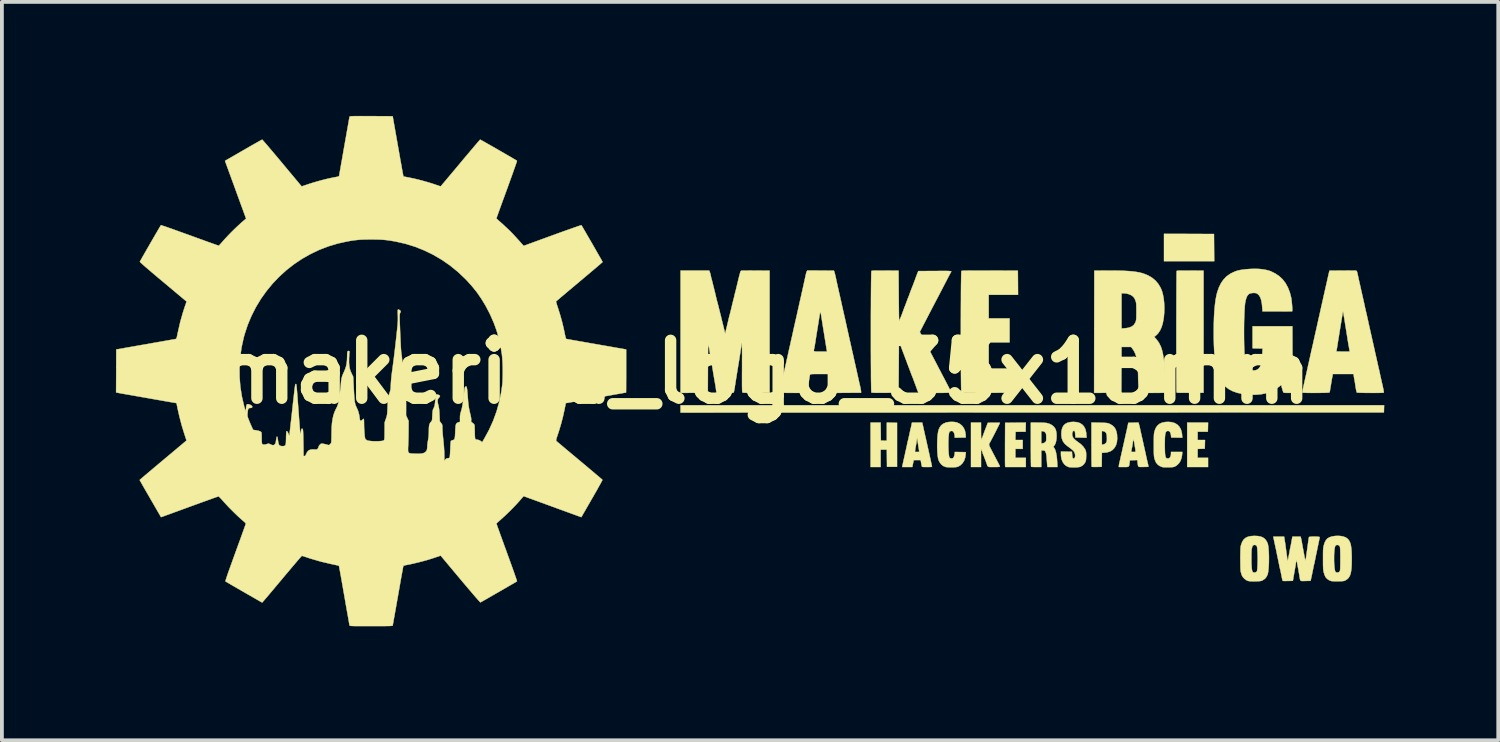
<source format=kicad_pcb>
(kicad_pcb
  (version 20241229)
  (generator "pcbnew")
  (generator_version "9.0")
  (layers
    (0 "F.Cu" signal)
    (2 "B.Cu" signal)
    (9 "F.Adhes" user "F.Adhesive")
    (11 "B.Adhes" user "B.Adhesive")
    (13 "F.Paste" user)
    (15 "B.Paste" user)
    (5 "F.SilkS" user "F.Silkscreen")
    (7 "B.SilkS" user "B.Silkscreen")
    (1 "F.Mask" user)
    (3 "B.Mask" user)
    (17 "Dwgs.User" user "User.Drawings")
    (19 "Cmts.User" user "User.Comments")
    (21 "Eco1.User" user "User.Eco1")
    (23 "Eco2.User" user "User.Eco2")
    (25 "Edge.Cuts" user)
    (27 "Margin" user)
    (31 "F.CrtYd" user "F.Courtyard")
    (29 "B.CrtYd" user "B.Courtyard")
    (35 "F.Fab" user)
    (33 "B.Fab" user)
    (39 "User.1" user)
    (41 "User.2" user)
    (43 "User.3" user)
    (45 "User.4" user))
  (footprint "makeriga_logo_35x15mm"
    (layer "F.Cu")
    (at 17.064 6.74)
    (property "Reference" "makeriga_logo_35x15mm" (at 0 0 0) (layer "F.SilkS") (effects (font (size 1.524 1.524) (thickness 0.3))))
    (attr through_hole)
    (fp_poly (pts (xy 16.302 1.062) (xy 7.048 1.064) (xy -2.205 1.067) (xy -2.205 0.874) (xy 16.308 0.874) (xy 16.302 1.062)) (stroke (width 0.01) (type solid)) (fill yes) (layer "F.SilkS"))
    (fp_poly (pts (xy 11.173 -3.635) (xy 11.831 -3.632) (xy 11.834 -3.274) (xy 11.837 -2.916) (xy 10.516 -2.916) (xy 10.516 -3.637) (xy 11.173 -3.635)) (stroke (width 0.01) (type solid)) (fill yes) (layer "F.SilkS"))
    (fp_poly (pts (xy 11.67 1.57) (xy 11.401 1.57) (xy 11.401 1.788) (xy 11.595 1.788) (xy 11.592 1.902) (xy 11.589 2.017) (xy 11.401 2.023) (xy 11.401 2.256) (xy 11.675 2.256) (xy 11.675 2.499) (xy 11.126 2.499) (xy 11.126 1.331) (xy 11.676 1.331) (xy 11.67 1.57)) (stroke (width 0.01) (type solid)) (fill yes) (layer "F.SilkS"))
    (fp_poly (pts (xy 3.491 1.336) (xy 3.491 2.494) (xy 3.227 2.494) (xy 3.224 2.268) (xy 3.222 2.042) (xy 3.059 2.042) (xy 3.059 2.499) (xy 2.795 2.499) (xy 2.795 1.331) (xy 3.059 1.331) (xy 3.062 1.567) (xy 3.065 1.803) (xy 3.222 1.809) (xy 3.222 1.33) (xy 3.491 1.336)) (stroke (width 0.01) (type solid)) (fill yes) (layer "F.SilkS"))
    (fp_poly (pts (xy 6.877 1.45) (xy 6.875 1.57) (xy 6.742 1.571) (xy 6.61 1.573) (xy 6.607 1.681) (xy 6.605 1.788) (xy 6.798 1.788) (xy 6.798 2.022) (xy 6.605 2.022) (xy 6.605 2.256) (xy 6.88 2.256) (xy 6.88 2.499) (xy 6.342 2.499) (xy 6.336 2.477) (xy 6.335 2.462) (xy 6.334 2.43) (xy 6.333 2.381) (xy 6.333 2.317) (xy 6.333 2.241) (xy 6.333 2.154) (xy 6.333 2.059) (xy 6.333 1.956) (xy 6.333 1.895) (xy 6.336 1.336) (xy 6.608 1.333) (xy 6.88 1.331) (xy 6.877 1.45)) (stroke (width 0.01) (type solid)) (fill yes) (layer "F.SilkS"))
    (fp_poly (pts (xy 11.148 -2.67) (xy 11.207 -2.67) (xy 11.557 -2.667) (xy 11.557 0.544) (xy 11.205 0.546) (xy 11.11 0.547) (xy 11.034 0.547) (xy 10.974 0.547) (xy 10.929 0.546) (xy 10.896 0.545) (xy 10.873 0.543) (xy 10.858 0.541) (xy 10.85 0.537) (xy 10.847 0.533) (xy 10.847 0.533) (xy 10.846 0.52) (xy 10.845 0.489) (xy 10.844 0.44) (xy 10.844 0.375) (xy 10.843 0.295) (xy 10.843 0.202) (xy 10.842 0.096) (xy 10.842 -0.021) (xy 10.842 -0.147) (xy 10.841 -0.282) (xy 10.841 -0.424) (xy 10.841 -0.571) (xy 10.841 -0.722) (xy 10.841 -0.877) (xy 10.841 -1.033) (xy 10.841 -1.189) (xy 10.841 -1.344) (xy 10.842 -1.497) (xy 10.842 -1.646) (xy 10.842 -1.79) (xy 10.843 -1.927) (xy 10.843 -2.057) (xy 10.844 -2.178) (xy 10.844 -2.288) (xy 10.845 -2.387) (xy 10.846 -2.472) (xy 10.846 -2.543) (xy 10.847 -2.599) (xy 10.848 -2.637) (xy 10.849 -2.657) (xy 10.849 -2.66) (xy 10.856 -2.663) (xy 10.872 -2.666) (xy 10.898 -2.668) (xy 10.937 -2.669) (xy 10.991 -2.67) (xy 11.061 -2.67) (xy 11.148 -2.67)) (stroke (width 0.01) (type solid)) (fill yes) (layer "F.SilkS"))
    (fp_poly (pts (xy 8.818 1.333) (xy 8.889 1.335) (xy 8.943 1.336) (xy 8.984 1.339) (xy 9.014 1.342) (xy 9.037 1.346) (xy 9.057 1.352) (xy 9.076 1.36) (xy 9.086 1.364) (xy 9.153 1.402) (xy 9.205 1.449) (xy 9.242 1.505) (xy 9.267 1.575) (xy 9.28 1.646) (xy 9.285 1.751) (xy 9.276 1.845) (xy 9.252 1.926) (xy 9.213 1.995) (xy 9.161 2.05) (xy 9.096 2.09) (xy 9.019 2.114) (xy 8.93 2.123) (xy 8.882 2.123) (xy 8.876 2.494) (xy 8.748 2.497) (xy 8.699 2.498) (xy 8.658 2.497) (xy 8.628 2.496) (xy 8.614 2.493) (xy 8.614 2.493) (xy 8.613 2.482) (xy 8.611 2.452) (xy 8.61 2.406) (xy 8.609 2.345) (xy 8.608 2.27) (xy 8.608 2.185) (xy 8.607 2.09) (xy 8.607 1.988) (xy 8.607 1.907) (xy 8.607 1.554) (xy 8.881 1.554) (xy 8.881 1.913) (xy 8.919 1.907) (xy 8.96 1.891) (xy 8.985 1.868) (xy 8.998 1.851) (xy 9.007 1.834) (xy 9.011 1.812) (xy 9.013 1.78) (xy 9.013 1.74) (xy 9.011 1.679) (xy 9.004 1.634) (xy 8.99 1.601) (xy 8.969 1.577) (xy 8.96 1.57) (xy 8.932 1.558) (xy 8.909 1.554) (xy 8.881 1.554) (xy 8.607 1.554) (xy 8.607 1.329) (xy 8.818 1.333)) (stroke (width 0.01) (type solid)) (fill yes) (layer "F.SilkS"))
    (fp_poly (pts (xy 5.8 -2.67) (xy 5.935 -2.67) (xy 6.67 -2.667) (xy 6.673 -2.349) (xy 6.675 -2.032) (xy 5.903 -2.032) (xy 5.903 -1.412) (xy 6.452 -1.412) (xy 6.452 -0.782) (xy 5.903 -0.782) (xy 5.903 -0.091) (xy 6.675 -0.091) (xy 6.673 0.226) (xy 6.67 0.544) (xy 5.933 0.546) (xy 5.785 0.547) (xy 5.656 0.547) (xy 5.546 0.547) (xy 5.452 0.546) (xy 5.375 0.546) (xy 5.312 0.545) (xy 5.263 0.544) (xy 5.227 0.542) (xy 5.202 0.541) (xy 5.188 0.538) (xy 5.184 0.537) (xy 5.182 0.525) (xy 5.18 0.494) (xy 5.179 0.445) (xy 5.177 0.381) (xy 5.176 0.301) (xy 5.175 0.208) (xy 5.174 0.102) (xy 5.173 -0.014) (xy 5.172 -0.141) (xy 5.171 -0.275) (xy 5.171 -0.417) (xy 5.17 -0.564) (xy 5.17 -0.715) (xy 5.17 -0.87) (xy 5.17 -1.026) (xy 5.17 -1.182) (xy 5.17 -1.338) (xy 5.171 -1.491) (xy 5.171 -1.64) (xy 5.172 -1.784) (xy 5.173 -1.922) (xy 5.173 -2.052) (xy 5.174 -2.174) (xy 5.175 -2.284) (xy 5.177 -2.384) (xy 5.178 -2.47) (xy 5.179 -2.542) (xy 5.181 -2.598) (xy 5.183 -2.637) (xy 5.184 -2.658) (xy 5.185 -2.661) (xy 5.194 -2.663) (xy 5.216 -2.665) (xy 5.252 -2.667) (xy 5.302 -2.668) (xy 5.368 -2.669) (xy 5.449 -2.67) (xy 5.548 -2.67) (xy 5.664 -2.67) (xy 5.8 -2.67)) (stroke (width 0.01) (type solid)) (fill yes) (layer "F.SilkS"))
    (fp_poly (pts (xy 7.256 1.332) (xy 7.317 1.333) (xy 7.369 1.336) (xy 7.41 1.339) (xy 7.429 1.341) (xy 7.503 1.363) (xy 7.568 1.397) (xy 7.62 1.442) (xy 7.658 1.496) (xy 7.672 1.532) (xy 7.685 1.595) (xy 7.69 1.665) (xy 7.688 1.737) (xy 7.68 1.805) (xy 7.665 1.866) (xy 7.644 1.914) (xy 7.633 1.929) (xy 7.604 1.965) (xy 7.634 2.009) (xy 7.654 2.05) (xy 7.672 2.109) (xy 7.687 2.184) (xy 7.698 2.271) (xy 7.705 2.369) (xy 7.706 2.38) (xy 7.711 2.499) (xy 7.45 2.499) (xy 7.444 2.456) (xy 7.441 2.429) (xy 7.438 2.388) (xy 7.434 2.337) (xy 7.43 2.283) (xy 7.43 2.281) (xy 7.425 2.219) (xy 7.419 2.174) (xy 7.412 2.14) (xy 7.403 2.114) (xy 7.399 2.105) (xy 7.384 2.079) (xy 7.37 2.067) (xy 7.349 2.063) (xy 7.332 2.062) (xy 7.286 2.062) (xy 7.286 2.499) (xy 7.156 2.499) (xy 7.106 2.499) (xy 7.064 2.497) (xy 7.034 2.495) (xy 7.019 2.493) (xy 7.018 2.493) (xy 7.017 2.481) (xy 7.016 2.452) (xy 7.015 2.406) (xy 7.014 2.344) (xy 7.013 2.27) (xy 7.013 2.185) (xy 7.012 2.091) (xy 7.012 1.989) (xy 7.012 1.908) (xy 7.012 1.88) (xy 7.286 1.88) (xy 7.329 1.874) (xy 7.371 1.861) (xy 7.395 1.842) (xy 7.406 1.828) (xy 7.413 1.811) (xy 7.417 1.786) (xy 7.418 1.749) (xy 7.418 1.726) (xy 7.417 1.682) (xy 7.414 1.644) (xy 7.409 1.618) (xy 7.407 1.612) (xy 7.379 1.578) (xy 7.342 1.558) (xy 7.319 1.555) (xy 7.286 1.554) (xy 7.286 1.88) (xy 7.012 1.88) (xy 7.012 1.331) (xy 7.193 1.331) (xy 7.256 1.332)) (stroke (width 0.01) (type solid)) (fill yes) (layer "F.SilkS"))
    (fp_poly (pts (xy 4.973 1.312) (xy 5.032 1.319) (xy 5.067 1.327) (xy 5.141 1.362) (xy 5.202 1.412) (xy 5.248 1.475) (xy 5.28 1.551) (xy 5.296 1.639) (xy 5.297 1.659) (xy 5.3 1.722) (xy 5.155 1.725) (xy 5.01 1.728) (xy 5.01 1.694) (xy 5.006 1.652) (xy 4.994 1.611) (xy 4.977 1.577) (xy 4.957 1.556) (xy 4.952 1.554) (xy 4.916 1.549) (xy 4.884 1.561) (xy 4.868 1.578) (xy 4.86 1.602) (xy 4.853 1.643) (xy 4.848 1.697) (xy 4.844 1.76) (xy 4.842 1.831) (xy 4.841 1.905) (xy 4.842 1.98) (xy 4.844 2.052) (xy 4.848 2.118) (xy 4.854 2.175) (xy 4.86 2.219) (xy 4.869 2.248) (xy 4.873 2.256) (xy 4.899 2.271) (xy 4.931 2.275) (xy 4.961 2.267) (xy 4.972 2.258) (xy 4.987 2.232) (xy 5 2.195) (xy 5.008 2.155) (xy 5.01 2.131) (xy 5.01 2.103) (xy 5.3 2.108) (xy 5.296 2.169) (xy 5.283 2.256) (xy 5.255 2.334) (xy 5.212 2.401) (xy 5.157 2.454) (xy 5.116 2.479) (xy 5.092 2.49) (xy 5.069 2.497) (xy 5.042 2.502) (xy 5.005 2.505) (xy 4.953 2.506) (xy 4.939 2.506) (xy 4.886 2.506) (xy 4.838 2.505) (xy 4.798 2.502) (xy 4.774 2.499) (xy 4.708 2.473) (xy 4.653 2.429) (xy 4.608 2.368) (xy 4.584 2.317) (xy 4.572 2.274) (xy 4.562 2.214) (xy 4.555 2.141) (xy 4.55 2.058) (xy 4.547 1.97) (xy 4.548 1.88) (xy 4.55 1.791) (xy 4.555 1.707) (xy 4.563 1.632) (xy 4.573 1.569) (xy 4.584 1.524) (xy 4.614 1.455) (xy 4.652 1.403) (xy 4.7 1.364) (xy 4.764 1.335) (xy 4.788 1.327) (xy 4.843 1.316) (xy 4.907 1.311) (xy 4.973 1.312)) (stroke (width 0.01) (type solid)) (fill yes) (layer "F.SilkS"))
    (fp_poly (pts (xy 5.701 1.562) (xy 5.702 1.641) (xy 5.703 1.702) (xy 5.705 1.746) (xy 5.708 1.772) (xy 5.711 1.778) (xy 5.711 1.777) (xy 5.718 1.761) (xy 5.73 1.731) (xy 5.745 1.691) (xy 5.757 1.66) (xy 5.772 1.617) (xy 5.786 1.58) (xy 5.796 1.554) (xy 5.799 1.544) (xy 5.806 1.529) (xy 5.817 1.499) (xy 5.832 1.46) (xy 5.843 1.433) (xy 5.879 1.336) (xy 6.039 1.333) (xy 6.093 1.333) (xy 6.14 1.333) (xy 6.175 1.334) (xy 6.195 1.335) (xy 6.199 1.336) (xy 6.194 1.347) (xy 6.182 1.374) (xy 6.163 1.412) (xy 6.139 1.46) (xy 6.111 1.515) (xy 6.082 1.574) (xy 6.051 1.634) (xy 6.021 1.692) (xy 5.993 1.745) (xy 5.969 1.791) (xy 5.95 1.826) (xy 5.938 1.849) (xy 5.934 1.855) (xy 5.916 1.886) (xy 5.913 1.918) (xy 5.925 1.956) (xy 5.934 1.973) (xy 5.949 2.002) (xy 5.971 2.044) (xy 5.997 2.094) (xy 6.024 2.146) (xy 6.031 2.159) (xy 6.061 2.216) (xy 6.093 2.277) (xy 6.123 2.334) (xy 6.148 2.381) (xy 6.149 2.384) (xy 6.17 2.424) (xy 6.186 2.458) (xy 6.197 2.481) (xy 6.199 2.488) (xy 6.189 2.493) (xy 6.158 2.497) (xy 6.108 2.499) (xy 6.043 2.499) (xy 5.982 2.499) (xy 5.939 2.499) (xy 5.909 2.496) (xy 5.889 2.489) (xy 5.875 2.476) (xy 5.865 2.457) (xy 5.856 2.429) (xy 5.85 2.413) (xy 5.834 2.367) (xy 5.815 2.315) (xy 5.795 2.264) (xy 5.778 2.218) (xy 5.763 2.183) (xy 5.757 2.168) (xy 5.746 2.143) (xy 5.742 2.126) (xy 5.742 2.126) (xy 5.738 2.111) (xy 5.728 2.085) (xy 5.722 2.071) (xy 5.701 2.027) (xy 5.701 2.499) (xy 5.437 2.499) (xy 5.437 1.331) (xy 5.701 1.331) (xy 5.701 1.562)) (stroke (width 0.01) (type solid)) (fill yes) (layer "F.SilkS"))
    (fp_poly (pts (xy 10.719 1.319) (xy 10.799 1.343) (xy 10.866 1.383) (xy 10.92 1.438) (xy 10.959 1.507) (xy 10.984 1.59) (xy 10.991 1.647) (xy 10.997 1.728) (xy 10.705 1.722) (xy 10.7 1.666) (xy 10.69 1.612) (xy 10.671 1.574) (xy 10.644 1.552) (xy 10.611 1.549) (xy 10.595 1.554) (xy 10.579 1.563) (xy 10.566 1.579) (xy 10.556 1.603) (xy 10.548 1.637) (xy 10.543 1.684) (xy 10.539 1.745) (xy 10.538 1.823) (xy 10.537 1.915) (xy 10.538 2.011) (xy 10.54 2.088) (xy 10.543 2.149) (xy 10.548 2.195) (xy 10.556 2.229) (xy 10.566 2.251) (xy 10.579 2.265) (xy 10.593 2.272) (xy 10.634 2.274) (xy 10.665 2.258) (xy 10.687 2.226) (xy 10.698 2.178) (xy 10.7 2.149) (xy 10.7 2.103) (xy 10.997 2.103) (xy 10.992 2.177) (xy 10.977 2.264) (xy 10.948 2.341) (xy 10.905 2.406) (xy 10.851 2.457) (xy 10.815 2.479) (xy 10.793 2.49) (xy 10.77 2.497) (xy 10.744 2.502) (xy 10.708 2.504) (xy 10.659 2.506) (xy 10.634 2.506) (xy 10.581 2.507) (xy 10.533 2.506) (xy 10.495 2.504) (xy 10.472 2.501) (xy 10.471 2.5) (xy 10.407 2.475) (xy 10.352 2.436) (xy 10.309 2.386) (xy 10.3 2.369) (xy 10.289 2.344) (xy 10.276 2.309) (xy 10.267 2.281) (xy 10.261 2.261) (xy 10.257 2.24) (xy 10.254 2.214) (xy 10.251 2.181) (xy 10.249 2.139) (xy 10.248 2.084) (xy 10.248 2.015) (xy 10.248 1.928) (xy 10.248 1.92) (xy 10.248 1.832) (xy 10.248 1.761) (xy 10.249 1.706) (xy 10.251 1.663) (xy 10.253 1.629) (xy 10.257 1.603) (xy 10.261 1.581) (xy 10.266 1.561) (xy 10.267 1.56) (xy 10.285 1.507) (xy 10.303 1.467) (xy 10.324 1.434) (xy 10.346 1.407) (xy 10.398 1.363) (xy 10.465 1.332) (xy 10.548 1.315) (xy 10.627 1.311) (xy 10.719 1.319)) (stroke (width 0.01) (type solid)) (fill yes) (layer "F.SilkS"))
    (fp_poly (pts (xy 8.226 1.319) (xy 8.301 1.342) (xy 8.363 1.381) (xy 8.412 1.435) (xy 8.447 1.504) (xy 8.467 1.587) (xy 8.472 1.638) (xy 8.478 1.728) (xy 8.331 1.725) (xy 8.185 1.722) (xy 8.18 1.646) (xy 8.177 1.607) (xy 8.172 1.576) (xy 8.167 1.558) (xy 8.167 1.557) (xy 8.151 1.544) (xy 8.133 1.548) (xy 8.117 1.565) (xy 8.104 1.593) (xy 8.099 1.629) (xy 8.099 1.633) (xy 8.104 1.677) (xy 8.119 1.717) (xy 8.148 1.756) (xy 8.191 1.796) (xy 8.25 1.841) (xy 8.271 1.855) (xy 8.334 1.903) (xy 8.388 1.959) (xy 8.429 2.015) (xy 8.442 2.039) (xy 8.454 2.068) (xy 8.462 2.094) (xy 8.466 2.122) (xy 8.468 2.16) (xy 8.468 2.21) (xy 8.466 2.266) (xy 8.463 2.308) (xy 8.457 2.34) (xy 8.447 2.368) (xy 8.446 2.368) (xy 8.414 2.419) (xy 8.369 2.462) (xy 8.316 2.491) (xy 8.29 2.499) (xy 8.257 2.503) (xy 8.211 2.507) (xy 8.159 2.508) (xy 8.106 2.508) (xy 8.059 2.506) (xy 8.022 2.503) (xy 8.007 2.5) (xy 7.943 2.47) (xy 7.89 2.425) (xy 7.849 2.365) (xy 7.82 2.292) (xy 7.806 2.209) (xy 7.804 2.166) (xy 7.804 2.092) (xy 8.094 2.098) (xy 8.099 2.174) (xy 8.103 2.222) (xy 8.109 2.252) (xy 8.118 2.269) (xy 8.131 2.275) (xy 8.138 2.276) (xy 8.159 2.267) (xy 8.172 2.243) (xy 8.178 2.209) (xy 8.176 2.169) (xy 8.165 2.128) (xy 8.16 2.117) (xy 8.15 2.098) (xy 8.137 2.079) (xy 8.116 2.059) (xy 8.088 2.034) (xy 8.048 2.003) (xy 7.994 1.963) (xy 7.973 1.948) (xy 7.907 1.891) (xy 7.86 1.829) (xy 7.83 1.759) (xy 7.816 1.678) (xy 7.814 1.634) (xy 7.82 1.544) (xy 7.839 1.469) (xy 7.871 1.41) (xy 7.917 1.365) (xy 7.977 1.334) (xy 8.053 1.316) (xy 8.137 1.311) (xy 8.226 1.319)) (stroke (width 0.01) (type solid)) (fill yes) (layer "F.SilkS"))
    (fp_poly (pts (xy 9.86 1.384) (xy 9.871 1.427) (xy 9.882 1.472) (xy 9.885 1.488) (xy 9.892 1.522) (xy 9.902 1.567) (xy 9.913 1.616) (xy 9.918 1.636) (xy 9.93 1.691) (xy 9.944 1.752) (xy 9.956 1.807) (xy 9.959 1.819) (xy 9.971 1.873) (xy 9.984 1.935) (xy 9.997 1.99) (xy 9.997 1.991) (xy 10.007 2.034) (xy 10.019 2.09) (xy 10.033 2.153) (xy 10.046 2.215) (xy 10.049 2.225) (xy 10.061 2.28) (xy 10.072 2.331) (xy 10.082 2.373) (xy 10.089 2.402) (xy 10.091 2.408) (xy 10.098 2.44) (xy 10.103 2.468) (xy 10.103 2.469) (xy 10.105 2.494) (xy 9.976 2.497) (xy 9.92 2.498) (xy 9.88 2.498) (xy 9.855 2.492) (xy 9.839 2.48) (xy 9.831 2.458) (xy 9.826 2.424) (xy 9.821 2.385) (xy 9.814 2.316) (xy 9.618 2.322) (xy 9.61 2.385) (xy 9.604 2.43) (xy 9.598 2.462) (xy 9.588 2.482) (xy 9.57 2.493) (xy 9.541 2.498) (xy 9.498 2.499) (xy 9.455 2.499) (xy 9.328 2.499) (xy 9.328 2.471) (xy 9.331 2.443) (xy 9.338 2.409) (xy 9.339 2.403) (xy 9.347 2.374) (xy 9.356 2.332) (xy 9.367 2.287) (xy 9.369 2.276) (xy 9.38 2.224) (xy 9.394 2.163) (xy 9.407 2.105) (xy 9.407 2.103) (xy 9.653 2.103) (xy 9.707 2.103) (xy 9.739 2.102) (xy 9.76 2.1) (xy 9.767 2.098) (xy 9.767 2.087) (xy 9.765 2.06) (xy 9.76 2.024) (xy 9.759 2.014) (xy 9.75 1.963) (xy 9.741 1.908) (xy 9.734 1.864) (xy 9.725 1.815) (xy 9.718 1.785) (xy 9.712 1.775) (xy 9.707 1.785) (xy 9.701 1.814) (xy 9.695 1.855) (xy 9.689 1.902) (xy 9.682 1.944) (xy 9.676 1.976) (xy 9.674 1.986) (xy 9.667 2.017) (xy 9.66 2.053) (xy 9.659 2.06) (xy 9.653 2.103) (xy 9.407 2.103) (xy 9.41 2.093) (xy 9.421 2.042) (xy 9.432 1.991) (xy 9.442 1.948) (xy 9.445 1.935) (xy 9.453 1.897) (xy 9.465 1.848) (xy 9.476 1.796) (xy 9.48 1.778) (xy 9.515 1.622) (xy 9.546 1.484) (xy 9.559 1.422) (xy 9.577 1.336) (xy 9.711 1.333) (xy 9.845 1.33) (xy 9.86 1.384)) (stroke (width 0.01) (type solid)) (fill yes) (layer "F.SilkS"))
    (fp_poly (pts (xy 12.991 4.316) (xy 13.068 4.332) (xy 13.13 4.359) (xy 13.179 4.4) (xy 13.218 4.455) (xy 13.241 4.503) (xy 13.253 4.544) (xy 13.262 4.602) (xy 13.269 4.674) (xy 13.274 4.755) (xy 13.277 4.842) (xy 13.277 4.932) (xy 13.276 5.022) (xy 13.272 5.108) (xy 13.266 5.186) (xy 13.258 5.253) (xy 13.248 5.306) (xy 13.241 5.33) (xy 13.21 5.393) (xy 13.17 5.441) (xy 13.116 5.477) (xy 13.113 5.479) (xy 13.091 5.489) (xy 13.07 5.496) (xy 13.045 5.501) (xy 13.012 5.504) (xy 12.966 5.505) (xy 12.916 5.507) (xy 12.848 5.507) (xy 12.796 5.506) (xy 12.757 5.502) (xy 12.727 5.496) (xy 12.719 5.493) (xy 12.675 5.472) (xy 12.631 5.438) (xy 12.594 5.398) (xy 12.567 5.356) (xy 12.562 5.341) (xy 12.55 5.303) (xy 12.538 5.264) (xy 12.537 5.261) (xy 12.533 5.237) (xy 12.53 5.197) (xy 12.527 5.139) (xy 12.526 5.064) (xy 12.525 4.968) (xy 12.525 4.915) (xy 12.815 4.915) (xy 12.816 5.019) (xy 12.82 5.103) (xy 12.825 5.169) (xy 12.833 5.218) (xy 12.844 5.25) (xy 12.857 5.267) (xy 12.857 5.267) (xy 12.886 5.276) (xy 12.92 5.272) (xy 12.948 5.259) (xy 12.952 5.255) (xy 12.96 5.244) (xy 12.965 5.228) (xy 12.969 5.203) (xy 12.973 5.167) (xy 12.976 5.116) (xy 12.978 5.075) (xy 12.98 4.996) (xy 12.981 4.917) (xy 12.98 4.839) (xy 12.978 4.766) (xy 12.974 4.701) (xy 12.97 4.646) (xy 12.964 4.605) (xy 12.958 4.581) (xy 12.957 4.578) (xy 12.933 4.556) (xy 12.903 4.548) (xy 12.873 4.553) (xy 12.85 4.571) (xy 12.839 4.592) (xy 12.832 4.623) (xy 12.824 4.656) (xy 12.824 4.656) (xy 12.821 4.677) (xy 12.819 4.714) (xy 12.817 4.764) (xy 12.816 4.825) (xy 12.815 4.891) (xy 12.815 4.915) (xy 12.525 4.915) (xy 12.525 4.827) (xy 12.526 4.757) (xy 12.527 4.702) (xy 12.528 4.658) (xy 12.53 4.624) (xy 12.533 4.597) (xy 12.537 4.574) (xy 12.543 4.552) (xy 12.548 4.536) (xy 12.576 4.463) (xy 12.614 4.406) (xy 12.663 4.363) (xy 12.725 4.334) (xy 12.802 4.317) (xy 12.894 4.311) (xy 12.899 4.311) (xy 12.991 4.316)) (stroke (width 0.01) (type solid)) (fill yes) (layer "F.SilkS"))
    (fp_poly (pts (xy 15.167 4.315) (xy 15.237 4.329) (xy 15.296 4.352) (xy 15.319 4.365) (xy 15.354 4.394) (xy 15.383 4.429) (xy 15.406 4.471) (xy 15.425 4.523) (xy 15.438 4.586) (xy 15.447 4.662) (xy 15.453 4.754) (xy 15.456 4.863) (xy 15.456 4.912) (xy 15.455 5.03) (xy 15.451 5.131) (xy 15.443 5.215) (xy 15.431 5.285) (xy 15.414 5.342) (xy 15.392 5.388) (xy 15.364 5.426) (xy 15.33 5.456) (xy 15.289 5.482) (xy 15.289 5.482) (xy 15.27 5.491) (xy 15.249 5.497) (xy 15.221 5.501) (xy 15.184 5.504) (xy 15.132 5.505) (xy 15.101 5.506) (xy 15.044 5.506) (xy 14.992 5.505) (xy 14.949 5.503) (xy 14.92 5.5) (xy 14.915 5.499) (xy 14.859 5.477) (xy 14.808 5.441) (xy 14.77 5.399) (xy 14.754 5.369) (xy 14.738 5.328) (xy 14.724 5.284) (xy 14.722 5.279) (xy 14.716 5.253) (xy 14.711 5.227) (xy 14.707 5.198) (xy 14.704 5.164) (xy 14.703 5.12) (xy 14.701 5.065) (xy 14.701 4.994) (xy 14.701 4.925) (xy 14.701 4.881) (xy 14.991 4.881) (xy 14.991 4.958) (xy 14.993 5.034) (xy 14.998 5.104) (xy 15.004 5.165) (xy 15.012 5.213) (xy 15.022 5.247) (xy 15.026 5.254) (xy 15.04 5.269) (xy 15.059 5.274) (xy 15.083 5.274) (xy 15.113 5.269) (xy 15.13 5.258) (xy 15.141 5.24) (xy 15.146 5.228) (xy 15.149 5.21) (xy 15.152 5.184) (xy 15.154 5.147) (xy 15.155 5.098) (xy 15.156 5.034) (xy 15.156 4.953) (xy 15.156 4.915) (xy 15.156 4.816) (xy 15.154 4.736) (xy 15.152 4.674) (xy 15.15 4.63) (xy 15.146 4.602) (xy 15.144 4.592) (xy 15.123 4.565) (xy 15.095 4.551) (xy 15.064 4.549) (xy 15.037 4.561) (xy 15.02 4.583) (xy 15.01 4.619) (xy 15.002 4.671) (xy 14.996 4.734) (xy 14.992 4.805) (xy 14.991 4.881) (xy 14.701 4.881) (xy 14.701 4.839) (xy 14.701 4.77) (xy 14.702 4.714) (xy 14.704 4.671) (xy 14.707 4.635) (xy 14.712 4.605) (xy 14.717 4.576) (xy 14.719 4.57) (xy 14.743 4.489) (xy 14.776 4.426) (xy 14.816 4.38) (xy 14.822 4.376) (xy 14.873 4.347) (xy 14.939 4.326) (xy 15.013 4.314) (xy 15.09 4.31) (xy 15.167 4.315)) (stroke (width 0.01) (type solid)) (fill yes) (layer "F.SilkS"))
    (fp_poly (pts (xy 4.166 1.384) (xy 4.174 1.42) (xy 4.185 1.467) (xy 4.195 1.516) (xy 4.197 1.524) (xy 4.209 1.576) (xy 4.222 1.636) (xy 4.235 1.694) (xy 4.238 1.707) (xy 4.25 1.758) (xy 4.261 1.809) (xy 4.271 1.852) (xy 4.274 1.864) (xy 4.282 1.903) (xy 4.293 1.952) (xy 4.305 2.004) (xy 4.309 2.022) (xy 4.328 2.106) (xy 4.346 2.188) (xy 4.363 2.265) (xy 4.378 2.334) (xy 4.391 2.394) (xy 4.401 2.442) (xy 4.408 2.475) (xy 4.411 2.491) (xy 4.411 2.492) (xy 4.401 2.495) (xy 4.375 2.497) (xy 4.336 2.499) (xy 4.288 2.499) (xy 4.279 2.499) (xy 4.225 2.499) (xy 4.188 2.498) (xy 4.165 2.496) (xy 4.152 2.493) (xy 4.145 2.486) (xy 4.142 2.477) (xy 4.142 2.477) (xy 4.138 2.455) (xy 4.132 2.421) (xy 4.125 2.385) (xy 4.112 2.316) (xy 4.018 2.316) (xy 3.973 2.317) (xy 3.945 2.318) (xy 3.93 2.322) (xy 3.924 2.328) (xy 3.923 2.337) (xy 3.921 2.359) (xy 3.915 2.39) (xy 3.913 2.4) (xy 3.905 2.435) (xy 3.899 2.466) (xy 3.898 2.471) (xy 3.892 2.499) (xy 3.627 2.499) (xy 3.634 2.461) (xy 3.637 2.446) (xy 3.641 2.424) (xy 3.648 2.395) (xy 3.656 2.355) (xy 3.668 2.303) (xy 3.682 2.238) (xy 3.701 2.156) (xy 3.712 2.103) (xy 3.962 2.103) (xy 4.019 2.103) (xy 4.049 2.102) (xy 4.07 2.099) (xy 4.075 2.095) (xy 4.074 2.083) (xy 4.069 2.055) (xy 4.063 2.016) (xy 4.059 1.991) (xy 4.051 1.937) (xy 4.041 1.877) (xy 4.033 1.824) (xy 4.031 1.814) (xy 4.018 1.732) (xy 4.01 1.793) (xy 4.004 1.837) (xy 3.996 1.888) (xy 3.989 1.925) (xy 3.981 1.971) (xy 3.973 2.018) (xy 3.969 2.05) (xy 3.962 2.103) (xy 3.712 2.103) (xy 3.722 2.062) (xy 3.733 2.011) (xy 3.745 1.956) (xy 3.755 1.909) (xy 3.755 1.905) (xy 3.764 1.863) (xy 3.773 1.824) (xy 3.78 1.798) (xy 3.786 1.775) (xy 3.795 1.736) (xy 3.805 1.689) (xy 3.817 1.637) (xy 3.817 1.636) (xy 3.828 1.585) (xy 3.838 1.538) (xy 3.846 1.501) (xy 3.852 1.479) (xy 3.852 1.478) (xy 3.859 1.451) (xy 3.867 1.414) (xy 3.872 1.389) (xy 3.884 1.331) (xy 4.154 1.331) (xy 4.166 1.384)) (stroke (width 0.01) (type solid)) (fill yes) (layer "F.SilkS"))
    (fp_poly (pts (xy 9.323 -2.668) (xy 9.46 -2.664) (xy 9.581 -2.657) (xy 9.688 -2.648) (xy 9.782 -2.636) (xy 9.865 -2.621) (xy 9.939 -2.603) (xy 9.974 -2.592) (xy 10.096 -2.543) (xy 10.202 -2.481) (xy 10.292 -2.406) (xy 10.367 -2.318) (xy 10.427 -2.216) (xy 10.461 -2.136) (xy 10.487 -2.043) (xy 10.507 -1.935) (xy 10.52 -1.817) (xy 10.525 -1.693) (xy 10.522 -1.567) (xy 10.512 -1.445) (xy 10.505 -1.398) (xy 10.482 -1.279) (xy 10.451 -1.178) (xy 10.411 -1.092) (xy 10.363 -1.02) (xy 10.304 -0.96) (xy 10.288 -0.948) (xy 10.259 -0.925) (xy 10.314 -0.865) (xy 10.38 -0.776) (xy 10.432 -0.674) (xy 10.461 -0.588) (xy 10.476 -0.529) (xy 10.491 -0.455) (xy 10.504 -0.373) (xy 10.516 -0.289) (xy 10.525 -0.207) (xy 10.531 -0.135) (xy 10.534 -0.061) (xy 10.539 0.018) (xy 10.544 0.1) (xy 10.55 0.182) (xy 10.556 0.26) (xy 10.561 0.332) (xy 10.566 0.394) (xy 10.571 0.443) (xy 10.575 0.477) (xy 10.576 0.487) (xy 10.581 0.516) (xy 10.581 0.537) (xy 10.58 0.541) (xy 10.569 0.543) (xy 10.54 0.544) (xy 10.496 0.546) (xy 10.438 0.547) (xy 10.37 0.548) (xy 10.292 0.548) (xy 10.225 0.549) (xy 9.875 0.549) (xy 9.866 0.526) (xy 9.859 0.5) (xy 9.853 0.457) (xy 9.847 0.401) (xy 9.842 0.335) (xy 9.839 0.262) (xy 9.836 0.186) (xy 9.835 0.11) (xy 9.835 0.101) (xy 9.832 -0.044) (xy 9.825 -0.171) (xy 9.811 -0.282) (xy 9.792 -0.379) (xy 9.767 -0.463) (xy 9.735 -0.537) (xy 9.695 -0.601) (xy 9.68 -0.622) (xy 9.65 -0.66) (xy 9.398 -0.66) (xy 9.396 -0.058) (xy 9.393 0.544) (xy 9.035 0.546) (xy 8.677 0.549) (xy 8.679 -1.059) (xy 8.681 -2.073) (xy 9.398 -2.073) (xy 9.398 -1.145) (xy 9.473 -1.151) (xy 9.522 -1.156) (xy 9.574 -1.165) (xy 9.61 -1.174) (xy 9.674 -1.201) (xy 9.724 -1.243) (xy 9.76 -1.299) (xy 9.769 -1.321) (xy 9.776 -1.342) (xy 9.781 -1.364) (xy 9.785 -1.39) (xy 9.787 -1.424) (xy 9.788 -1.468) (xy 9.789 -1.527) (xy 9.789 -1.595) (xy 9.789 -1.668) (xy 9.788 -1.724) (xy 9.787 -1.767) (xy 9.785 -1.799) (xy 9.781 -1.825) (xy 9.776 -1.847) (xy 9.769 -1.87) (xy 9.764 -1.883) (xy 9.744 -1.93) (xy 9.721 -1.966) (xy 9.694 -1.993) (xy 9.643 -2.027) (xy 9.579 -2.053) (xy 9.509 -2.069) (xy 9.455 -2.073) (xy 9.398 -2.073) (xy 8.681 -2.073) (xy 8.682 -2.667) (xy 8.997 -2.67) (xy 9.169 -2.67) (xy 9.323 -2.668)) (stroke (width 0.01) (type solid)) (fill yes) (layer "F.SilkS"))
    (fp_poly (pts (xy 14.501 4.33) (xy 14.544 4.332) (xy 14.58 4.335) (xy 14.604 4.339) (xy 14.613 4.344) (xy 14.61 4.36) (xy 14.605 4.389) (xy 14.598 4.422) (xy 14.59 4.463) (xy 14.579 4.514) (xy 14.568 4.568) (xy 14.563 4.59) (xy 14.551 4.648) (xy 14.538 4.713) (xy 14.525 4.773) (xy 14.522 4.788) (xy 14.51 4.844) (xy 14.498 4.904) (xy 14.487 4.959) (xy 14.485 4.971) (xy 14.477 5.011) (xy 14.47 5.043) (xy 14.465 5.062) (xy 14.464 5.064) (xy 14.46 5.078) (xy 14.454 5.105) (xy 14.447 5.142) (xy 14.446 5.146) (xy 14.437 5.193) (xy 14.425 5.252) (xy 14.412 5.314) (xy 14.4 5.375) (xy 14.388 5.428) (xy 14.381 5.459) (xy 14.373 5.494) (xy 14.239 5.497) (xy 14.185 5.499) (xy 14.147 5.499) (xy 14.122 5.495) (xy 14.107 5.484) (xy 14.097 5.463) (xy 14.09 5.429) (xy 14.082 5.379) (xy 14.08 5.362) (xy 14.071 5.311) (xy 14.06 5.25) (xy 14.049 5.188) (xy 14.044 5.159) (xy 14.034 5.109) (xy 14.026 5.061) (xy 14.02 5.023) (xy 14.017 5.004) (xy 14.012 4.978) (xy 14.006 4.962) (xy 14.004 4.961) (xy 13.999 4.97) (xy 13.993 4.995) (xy 13.986 5.03) (xy 13.985 5.04) (xy 13.978 5.084) (xy 13.969 5.139) (xy 13.958 5.198) (xy 13.952 5.235) (xy 13.942 5.291) (xy 13.932 5.347) (xy 13.923 5.397) (xy 13.919 5.423) (xy 13.907 5.494) (xy 13.772 5.497) (xy 13.718 5.498) (xy 13.681 5.498) (xy 13.657 5.497) (xy 13.643 5.493) (xy 13.636 5.488) (xy 13.633 5.479) (xy 13.633 5.477) (xy 13.624 5.439) (xy 13.613 5.386) (xy 13.601 5.324) (xy 13.591 5.276) (xy 13.584 5.237) (xy 13.576 5.205) (xy 13.571 5.186) (xy 13.571 5.184) (xy 13.566 5.167) (xy 13.559 5.137) (xy 13.551 5.098) (xy 13.55 5.093) (xy 13.541 5.046) (xy 13.53 4.99) (xy 13.518 4.935) (xy 13.515 4.92) (xy 13.504 4.867) (xy 13.492 4.81) (xy 13.482 4.759) (xy 13.48 4.748) (xy 13.47 4.697) (xy 13.458 4.643) (xy 13.449 4.603) (xy 13.436 4.543) (xy 13.423 4.482) (xy 13.411 4.426) (xy 13.402 4.38) (xy 13.399 4.364) (xy 13.392 4.331) (xy 13.677 4.331) (xy 13.682 4.364) (xy 13.686 4.391) (xy 13.692 4.43) (xy 13.698 4.468) (xy 13.705 4.51) (xy 13.713 4.563) (xy 13.72 4.62) (xy 13.724 4.651) (xy 13.731 4.702) (xy 13.738 4.757) (xy 13.746 4.813) (xy 13.754 4.866) (xy 13.76 4.912) (xy 13.766 4.947) (xy 13.769 4.968) (xy 13.77 4.971) (xy 13.773 4.965) (xy 13.778 4.941) (xy 13.786 4.904) (xy 13.795 4.856) (xy 13.806 4.8) (xy 13.815 4.748) (xy 13.823 4.702) (xy 13.832 4.659) (xy 13.838 4.626) (xy 13.84 4.621) (xy 13.845 4.594) (xy 13.854 4.554) (xy 13.863 4.505) (xy 13.872 4.455) (xy 13.895 4.331) (xy 14.111 4.331) (xy 14.123 4.379) (xy 14.132 4.418) (xy 14.141 4.463) (xy 14.145 4.488) (xy 14.151 4.525) (xy 14.16 4.574) (xy 14.17 4.627) (xy 14.176 4.661) (xy 14.187 4.721) (xy 14.2 4.787) (xy 14.211 4.85) (xy 14.216 4.875) (xy 14.225 4.921) (xy 14.232 4.948) (xy 14.237 4.956) (xy 14.24 4.951) (xy 14.246 4.921) (xy 14.253 4.88) (xy 14.261 4.825) (xy 14.271 4.756) (xy 14.283 4.671) (xy 14.297 4.568) (xy 14.313 4.452) (xy 14.319 4.408) (xy 14.325 4.372) (xy 14.33 4.349) (xy 14.333 4.342) (xy 14.345 4.337) (xy 14.373 4.334) (xy 14.411 4.331) (xy 14.455 4.33) (xy 14.501 4.33)) (stroke (width 0.01) (type solid)) (fill yes) (layer "F.SilkS"))
    (fp_poly (pts (xy 13.025 -2.713) (xy 13.095 -2.705) (xy 13.167 -2.694) (xy 13.235 -2.68) (xy 13.294 -2.663) (xy 13.325 -2.652) (xy 13.444 -2.593) (xy 13.549 -2.522) (xy 13.639 -2.437) (xy 13.715 -2.338) (xy 13.777 -2.224) (xy 13.827 -2.096) (xy 13.864 -1.951) (xy 13.864 -1.951) (xy 13.869 -1.916) (xy 13.875 -1.871) (xy 13.88 -1.82) (xy 13.885 -1.766) (xy 13.889 -1.714) (xy 13.891 -1.667) (xy 13.892 -1.63) (xy 13.891 -1.606) (xy 13.89 -1.599) (xy 13.879 -1.598) (xy 13.85 -1.598) (xy 13.805 -1.597) (xy 13.747 -1.596) (xy 13.677 -1.596) (xy 13.598 -1.595) (xy 13.513 -1.595) (xy 13.497 -1.595) (xy 13.109 -1.595) (xy 13.101 -1.704) (xy 13.09 -1.811) (xy 13.072 -1.899) (xy 13.047 -1.969) (xy 13.014 -2.022) (xy 12.974 -2.059) (xy 12.964 -2.065) (xy 12.937 -2.076) (xy 12.905 -2.081) (xy 12.861 -2.081) (xy 12.857 -2.081) (xy 12.804 -2.074) (xy 12.761 -2.059) (xy 12.728 -2.032) (xy 12.7 -1.991) (xy 12.678 -1.935) (xy 12.659 -1.861) (xy 12.65 -1.812) (xy 12.643 -1.746) (xy 12.637 -1.664) (xy 12.632 -1.57) (xy 12.628 -1.465) (xy 12.624 -1.352) (xy 12.622 -1.233) (xy 12.621 -1.111) (xy 12.621 -0.987) (xy 12.622 -0.865) (xy 12.624 -0.746) (xy 12.627 -0.633) (xy 12.631 -0.529) (xy 12.636 -0.435) (xy 12.643 -0.354) (xy 12.65 -0.289) (xy 12.658 -0.241) (xy 12.659 -0.237) (xy 12.68 -0.166) (xy 12.707 -0.112) (xy 12.74 -0.075) (xy 12.781 -0.052) (xy 12.833 -0.042) (xy 12.862 -0.041) (xy 12.92 -0.046) (xy 12.969 -0.063) (xy 13.01 -0.094) (xy 13.042 -0.138) (xy 13.067 -0.198) (xy 13.085 -0.274) (xy 13.097 -0.367) (xy 13.103 -0.459) (xy 13.11 -0.619) (xy 12.847 -0.625) (xy 12.847 -1.204) (xy 13.894 -1.204) (xy 13.897 -0.351) (xy 13.897 -0.22) (xy 13.897 -0.095) (xy 13.897 0.022) (xy 13.897 0.132) (xy 13.897 0.231) (xy 13.897 0.318) (xy 13.896 0.392) (xy 13.896 0.451) (xy 13.895 0.495) (xy 13.894 0.52) (xy 13.894 0.526) (xy 13.89 0.536) (xy 13.883 0.542) (xy 13.869 0.546) (xy 13.844 0.548) (xy 13.804 0.549) (xy 13.777 0.549) (xy 13.721 0.548) (xy 13.684 0.545) (xy 13.663 0.54) (xy 13.658 0.536) (xy 13.651 0.519) (xy 13.64 0.488) (xy 13.629 0.45) (xy 13.617 0.411) (xy 13.609 0.377) (xy 13.605 0.355) (xy 13.605 0.352) (xy 13.601 0.345) (xy 13.59 0.349) (xy 13.568 0.365) (xy 13.554 0.378) (xy 13.453 0.452) (xy 13.339 0.511) (xy 13.214 0.555) (xy 13.08 0.583) (xy 13.022 0.589) (xy 12.98 0.593) (xy 12.947 0.596) (xy 12.916 0.597) (xy 12.885 0.597) (xy 12.848 0.596) (xy 12.8 0.593) (xy 12.738 0.59) (xy 12.725 0.589) (xy 12.576 0.574) (xy 12.442 0.546) (xy 12.324 0.504) (xy 12.22 0.45) (xy 12.13 0.381) (xy 12.053 0.298) (xy 11.99 0.199) (xy 11.939 0.086) (xy 11.9 -0.044) (xy 11.881 -0.137) (xy 11.862 -0.261) (xy 11.848 -0.4) (xy 11.837 -0.555) (xy 11.829 -0.728) (xy 11.825 -0.919) (xy 11.825 -1.041) (xy 11.826 -1.252) (xy 11.832 -1.443) (xy 11.842 -1.614) (xy 11.856 -1.767) (xy 11.874 -1.902) (xy 11.896 -2.019) (xy 11.916 -2.098) (xy 11.962 -2.229) (xy 12.018 -2.342) (xy 12.086 -2.439) (xy 12.165 -2.52) (xy 12.256 -2.584) (xy 12.322 -2.618) (xy 12.356 -2.633) (xy 12.386 -2.646) (xy 12.4 -2.652) (xy 12.448 -2.668) (xy 12.513 -2.683) (xy 12.59 -2.695) (xy 12.676 -2.705) (xy 12.767 -2.712) (xy 12.859 -2.716) (xy 12.948 -2.716) (xy 13.025 -2.713)) (stroke (width 0.01) (type solid)) (fill yes) (layer "F.SilkS"))
    (fp_poly (pts (xy -1.439 -2.637) (xy -1.428 -2.608) (xy -1.418 -2.568) (xy -1.412 -2.544) (xy -1.404 -2.505) (xy -1.396 -2.47) (xy -1.391 -2.454) (xy -1.386 -2.434) (xy -1.378 -2.407) (xy -1.369 -2.369) (xy -1.356 -2.317) (xy -1.339 -2.25) (xy -1.335 -2.235) (xy -1.326 -2.198) (xy -1.314 -2.15) (xy -1.302 -2.101) (xy -1.3 -2.093) (xy -1.288 -2.043) (xy -1.276 -1.99) (xy -1.265 -1.945) (xy -1.264 -1.941) (xy -1.255 -1.902) (xy -1.246 -1.868) (xy -1.24 -1.849) (xy -1.236 -1.834) (xy -1.228 -1.801) (xy -1.215 -1.753) (xy -1.2 -1.692) (xy -1.182 -1.621) (xy -1.162 -1.54) (xy -1.14 -1.454) (xy -1.132 -1.418) (xy -1.032 -1.012) (xy -1.014 -1.088) (xy -1.002 -1.136) (xy -0.988 -1.193) (xy -0.976 -1.246) (xy -0.975 -1.25) (xy -0.963 -1.3) (xy -0.95 -1.353) (xy -0.94 -1.397) (xy -0.939 -1.402) (xy -0.929 -1.442) (xy -0.92 -1.478) (xy -0.914 -1.499) (xy -0.909 -1.518) (xy -0.9 -1.553) (xy -0.888 -1.601) (xy -0.874 -1.658) (xy -0.859 -1.719) (xy -0.859 -1.722) (xy -0.844 -1.784) (xy -0.83 -1.841) (xy -0.818 -1.889) (xy -0.809 -1.925) (xy -0.804 -1.945) (xy -0.803 -1.946) (xy -0.795 -1.978) (xy -0.788 -2.012) (xy -0.781 -2.043) (xy -0.771 -2.082) (xy -0.767 -2.098) (xy -0.76 -2.124) (xy -0.749 -2.166) (xy -0.736 -2.219) (xy -0.722 -2.279) (xy -0.706 -2.342) (xy -0.692 -2.404) (xy -0.678 -2.461) (xy -0.666 -2.509) (xy -0.657 -2.545) (xy -0.651 -2.565) (xy -0.651 -2.565) (xy -0.642 -2.599) (xy -0.635 -2.629) (xy -0.623 -2.657) (xy -0.606 -2.667) (xy -0.591 -2.668) (xy -0.558 -2.669) (xy -0.51 -2.67) (xy -0.449 -2.67) (xy -0.377 -2.671) (xy -0.298 -2.67) (xy -0.224 -2.67) (xy 0.137 -2.667) (xy 0.137 0.544) (xy -0.212 0.546) (xy -0.315 0.547) (xy -0.398 0.547) (xy -0.464 0.546) (xy -0.513 0.545) (xy -0.547 0.543) (xy -0.568 0.54) (xy -0.576 0.537) (xy -0.579 0.532) (xy -0.581 0.522) (xy -0.583 0.504) (xy -0.585 0.478) (xy -0.586 0.442) (xy -0.587 0.395) (xy -0.588 0.336) (xy -0.588 0.262) (xy -0.588 0.173) (xy -0.588 0.067) (xy -0.587 -0.057) (xy -0.587 -0.123) (xy -0.587 -0.235) (xy -0.587 -0.342) (xy -0.586 -0.439) (xy -0.587 -0.528) (xy -0.587 -0.604) (xy -0.588 -0.668) (xy -0.588 -0.717) (xy -0.589 -0.749) (xy -0.59 -0.764) (xy -0.59 -0.764) (xy -0.594 -0.752) (xy -0.6 -0.724) (xy -0.607 -0.684) (xy -0.614 -0.64) (xy -0.618 -0.609) (xy -0.623 -0.578) (xy -0.628 -0.545) (xy -0.633 -0.509) (xy -0.64 -0.467) (xy -0.648 -0.418) (xy -0.657 -0.36) (xy -0.668 -0.29) (xy -0.682 -0.207) (xy -0.698 -0.109) (xy -0.717 0.007) (xy -0.726 0.066) (xy -0.734 0.115) (xy -0.744 0.175) (xy -0.754 0.238) (xy -0.761 0.284) (xy -0.774 0.364) (xy -0.784 0.426) (xy -0.792 0.472) (xy -0.798 0.504) (xy -0.803 0.525) (xy -0.807 0.537) (xy -0.808 0.539) (xy -0.82 0.542) (xy -0.85 0.545) (xy -0.897 0.547) (xy -0.959 0.548) (xy -1.032 0.549) (xy -1.106 0.549) (xy -1.162 0.549) (xy -1.204 0.547) (xy -1.232 0.542) (xy -1.25 0.534) (xy -1.261 0.522) (xy -1.267 0.503) (xy -1.271 0.478) (xy -1.274 0.447) (xy -1.28 0.409) (xy -1.287 0.36) (xy -1.295 0.312) (xy -1.296 0.31) (xy -1.315 0.2) (xy -1.333 0.095) (xy -1.349 0.001) (xy -1.357 -0.051) (xy -1.365 -0.098) (xy -1.374 -0.156) (xy -1.385 -0.218) (xy -1.392 -0.259) (xy -1.402 -0.322) (xy -1.415 -0.395) (xy -1.427 -0.466) (xy -1.434 -0.508) (xy -1.443 -0.566) (xy -1.451 -0.615) (xy -1.458 -0.656) (xy -1.464 -0.686) (xy -1.469 -0.706) (xy -1.472 -0.713) (xy -1.476 -0.709) (xy -1.478 -0.69) (xy -1.48 -0.658) (xy -1.481 -0.61) (xy -1.482 -0.546) (xy -1.483 -0.465) (xy -1.483 -0.367) (xy -1.484 -0.249) (xy -1.485 -0.122) (xy -1.488 0.544) (xy -1.847 0.546) (xy -2.205 0.549) (xy -2.205 -2.672) (xy -1.453 -2.672) (xy -1.439 -2.637)) (stroke (width 0.01) (type solid)) (fill yes) (layer "F.SilkS"))
    (fp_poly (pts (xy 3.121 -2.67) (xy 3.181 -2.67) (xy 3.531 -2.667) (xy 3.536 -1.991) (xy 3.537 -1.857) (xy 3.538 -1.742) (xy 3.539 -1.644) (xy 3.54 -1.563) (xy 3.541 -1.497) (xy 3.542 -1.445) (xy 3.544 -1.406) (xy 3.545 -1.378) (xy 3.547 -1.36) (xy 3.549 -1.351) (xy 3.551 -1.35) (xy 3.554 -1.354) (xy 3.555 -1.356) (xy 3.567 -1.391) (xy 3.58 -1.423) (xy 3.582 -1.427) (xy 3.593 -1.452) (xy 3.608 -1.491) (xy 3.626 -1.538) (xy 3.644 -1.588) (xy 3.662 -1.636) (xy 3.674 -1.671) (xy 3.686 -1.702) (xy 3.696 -1.728) (xy 3.698 -1.732) (xy 3.706 -1.751) (xy 3.718 -1.783) (xy 3.733 -1.822) (xy 3.739 -1.839) (xy 3.754 -1.88) (xy 3.767 -1.916) (xy 3.777 -1.94) (xy 3.779 -1.946) (xy 3.786 -1.963) (xy 3.799 -1.994) (xy 3.815 -2.037) (xy 3.832 -2.085) (xy 3.835 -2.093) (xy 3.853 -2.142) (xy 3.87 -2.186) (xy 3.883 -2.219) (xy 3.891 -2.239) (xy 3.891 -2.24) (xy 3.9 -2.26) (xy 3.913 -2.294) (xy 3.93 -2.339) (xy 3.949 -2.39) (xy 3.969 -2.443) (xy 3.983 -2.484) (xy 3.998 -2.523) (xy 4.015 -2.568) (xy 4.026 -2.596) (xy 4.05 -2.657) (xy 4.484 -2.659) (xy 4.592 -2.66) (xy 4.681 -2.66) (xy 4.754 -2.66) (xy 4.811 -2.66) (xy 4.854 -2.658) (xy 4.884 -2.656) (xy 4.904 -2.653) (xy 4.916 -2.649) (xy 4.919 -2.643) (xy 4.917 -2.636) (xy 4.911 -2.628) (xy 4.909 -2.626) (xy 4.902 -2.614) (xy 4.887 -2.587) (xy 4.866 -2.548) (xy 4.84 -2.498) (xy 4.81 -2.442) (xy 4.796 -2.413) (xy 4.762 -2.348) (xy 4.729 -2.284) (xy 4.698 -2.225) (xy 4.672 -2.174) (xy 4.652 -2.136) (xy 4.648 -2.129) (xy 4.596 -2.029) (xy 4.551 -1.943) (xy 4.509 -1.863) (xy 4.469 -1.786) (xy 4.427 -1.706) (xy 4.401 -1.656) (xy 4.367 -1.59) (xy 4.33 -1.519) (xy 4.294 -1.45) (xy 4.262 -1.388) (xy 4.243 -1.351) (xy 4.214 -1.296) (xy 4.183 -1.238) (xy 4.156 -1.184) (xy 4.134 -1.142) (xy 4.133 -1.14) (xy 4.09 -1.057) (xy 4.134 -0.973) (xy 4.16 -0.924) (xy 4.19 -0.867) (xy 4.219 -0.812) (xy 4.227 -0.798) (xy 4.25 -0.754) (xy 4.279 -0.698) (xy 4.31 -0.638) (xy 4.341 -0.579) (xy 4.346 -0.569) (xy 4.435 -0.397) (xy 4.531 -0.215) (xy 4.6 -0.081) (xy 4.629 -0.027) (xy 4.662 0.037) (xy 4.695 0.101) (xy 4.717 0.142) (xy 4.746 0.198) (xy 4.78 0.263) (xy 4.815 0.33) (xy 4.847 0.392) (xy 4.848 0.394) (xy 4.872 0.441) (xy 4.892 0.483) (xy 4.906 0.515) (xy 4.912 0.535) (xy 4.912 0.538) (xy 4.9 0.541) (xy 4.869 0.544) (xy 4.818 0.545) (xy 4.749 0.547) (xy 4.662 0.548) (xy 4.557 0.549) (xy 4.482 0.549) (xy 4.057 0.549) (xy 4.046 0.526) (xy 4.035 0.501) (xy 4.023 0.469) (xy 4.02 0.462) (xy 4.008 0.428) (xy 3.992 0.383) (xy 3.973 0.332) (xy 3.953 0.279) (xy 3.934 0.228) (xy 3.917 0.181) (xy 3.903 0.145) (xy 3.893 0.122) (xy 3.891 0.117) (xy 3.885 0.101) (xy 3.872 0.069) (xy 3.856 0.026) (xy 3.837 -0.025) (xy 3.825 -0.056) (xy 3.8 -0.123) (xy 3.772 -0.198) (xy 3.744 -0.272) (xy 3.72 -0.337) (xy 3.716 -0.345) (xy 3.696 -0.399) (xy 3.677 -0.45) (xy 3.661 -0.493) (xy 3.649 -0.523) (xy 3.647 -0.528) (xy 3.635 -0.562) (xy 3.623 -0.591) (xy 3.62 -0.599) (xy 3.612 -0.62) (xy 3.6 -0.654) (xy 3.585 -0.696) (xy 3.575 -0.721) (xy 3.541 -0.818) (xy 3.531 0.544) (xy 3.18 0.546) (xy 3.079 0.547) (xy 2.998 0.547) (xy 2.933 0.546) (xy 2.884 0.545) (xy 2.85 0.543) (xy 2.828 0.541) (xy 2.817 0.537) (xy 2.816 0.537) (xy 2.815 0.525) (xy 2.813 0.494) (xy 2.811 0.446) (xy 2.81 0.381) (xy 2.809 0.301) (xy 2.807 0.208) (xy 2.806 0.102) (xy 2.806 -0.015) (xy 2.805 -0.141) (xy 2.804 -0.275) (xy 2.804 -0.417) (xy 2.803 -0.564) (xy 2.803 -0.715) (xy 2.803 -0.87) (xy 2.803 -1.026) (xy 2.803 -1.182) (xy 2.803 -1.338) (xy 2.803 -1.491) (xy 2.804 -1.64) (xy 2.805 -1.784) (xy 2.805 -1.922) (xy 2.806 -2.052) (xy 2.807 -2.174) (xy 2.808 -2.285) (xy 2.809 -2.384) (xy 2.811 -2.47) (xy 2.812 -2.542) (xy 2.814 -2.598) (xy 2.815 -2.637) (xy 2.817 -2.658) (xy 2.818 -2.661) (xy 2.829 -2.664) (xy 2.855 -2.667) (xy 2.896 -2.669) (xy 2.953 -2.67) (xy 3.028 -2.67) (xy 3.121 -2.67)) (stroke (width 0.01) (type solid)) (fill yes) (layer "F.SilkS"))
    (fp_poly (pts (xy 1.48 -2.67) (xy 1.831 -2.667) (xy 1.844 -2.626) (xy 1.853 -2.596) (xy 1.863 -2.555) (xy 1.874 -2.51) (xy 1.875 -2.504) (xy 1.886 -2.454) (xy 1.895 -2.408) (xy 1.905 -2.364) (xy 1.916 -2.317) (xy 1.927 -2.264) (xy 1.941 -2.203) (xy 1.958 -2.128) (xy 1.978 -2.038) (xy 1.981 -2.027) (xy 1.992 -1.978) (xy 2.005 -1.919) (xy 2.018 -1.863) (xy 2.021 -1.849) (xy 2.031 -1.803) (xy 2.044 -1.744) (xy 2.059 -1.679) (xy 2.073 -1.614) (xy 2.078 -1.595) (xy 2.092 -1.531) (xy 2.107 -1.465) (xy 2.121 -1.404) (xy 2.132 -1.353) (xy 2.135 -1.341) (xy 2.147 -1.287) (xy 2.16 -1.228) (xy 2.172 -1.175) (xy 2.174 -1.163) (xy 2.185 -1.114) (xy 2.198 -1.056) (xy 2.211 -0.999) (xy 2.214 -0.986) (xy 2.225 -0.934) (xy 2.237 -0.881) (xy 2.248 -0.835) (xy 2.25 -0.823) (xy 2.26 -0.782) (xy 2.271 -0.73) (xy 2.283 -0.677) (xy 2.287 -0.66) (xy 2.299 -0.606) (xy 2.312 -0.547) (xy 2.324 -0.494) (xy 2.327 -0.483) (xy 2.338 -0.433) (xy 2.351 -0.375) (xy 2.363 -0.318) (xy 2.366 -0.305) (xy 2.378 -0.253) (xy 2.39 -0.2) (xy 2.4 -0.154) (xy 2.403 -0.142) (xy 2.412 -0.101) (xy 2.424 -0.049) (xy 2.436 0.004) (xy 2.439 0.02) (xy 2.464 0.132) (xy 2.49 0.248) (xy 2.519 0.374) (xy 2.52 0.381) (xy 2.53 0.427) (xy 2.538 0.47) (xy 2.543 0.501) (xy 2.544 0.513) (xy 2.545 0.544) (xy 2.192 0.546) (xy 1.839 0.549) (xy 1.829 0.526) (xy 1.823 0.505) (xy 1.817 0.471) (xy 1.81 0.43) (xy 1.809 0.422) (xy 1.799 0.353) (xy 1.788 0.277) (xy 1.775 0.202) (xy 1.763 0.134) (xy 1.757 0.104) (xy 1.746 0.051) (xy 1.478 0.051) (xy 1.384 0.051) (xy 1.31 0.052) (xy 1.256 0.054) (xy 1.221 0.057) (xy 1.205 0.061) (xy 1.203 0.062) (xy 1.199 0.076) (xy 1.193 0.106) (xy 1.186 0.145) (xy 1.183 0.166) (xy 1.171 0.246) (xy 1.159 0.323) (xy 1.148 0.391) (xy 1.138 0.448) (xy 1.13 0.491) (xy 1.126 0.511) (xy 1.117 0.549) (xy 0.762 0.549) (xy 0.679 0.548) (xy 0.603 0.548) (xy 0.536 0.547) (xy 0.48 0.545) (xy 0.437 0.544) (xy 0.411 0.542) (xy 0.403 0.54) (xy 0.402 0.526) (xy 0.405 0.501) (xy 0.407 0.492) (xy 0.414 0.464) (xy 0.423 0.423) (xy 0.433 0.377) (xy 0.438 0.356) (xy 0.456 0.272) (xy 0.472 0.204) (xy 0.485 0.145) (xy 0.497 0.091) (xy 0.509 0.036) (xy 0.523 -0.023) (xy 0.533 -0.071) (xy 0.55 -0.144) (xy 0.564 -0.208) (xy 0.578 -0.267) (xy 0.591 -0.329) (xy 0.607 -0.398) (xy 0.625 -0.48) (xy 0.629 -0.498) (xy 0.639 -0.544) (xy 0.644 -0.568) (xy 1.301 -0.568) (xy 1.303 -0.554) (xy 1.314 -0.546) (xy 1.335 -0.541) (xy 1.369 -0.539) (xy 1.42 -0.538) (xy 1.474 -0.538) (xy 1.649 -0.538) (xy 1.641 -0.582) (xy 1.626 -0.671) (xy 1.609 -0.779) (xy 1.588 -0.905) (xy 1.565 -1.05) (xy 1.538 -1.215) (xy 1.509 -1.4) (xy 1.504 -1.427) (xy 1.494 -1.493) (xy 1.485 -1.539) (xy 1.478 -1.567) (xy 1.473 -1.577) (xy 1.467 -1.569) (xy 1.462 -1.545) (xy 1.455 -1.505) (xy 1.451 -1.483) (xy 1.442 -1.424) (xy 1.431 -1.354) (xy 1.42 -1.284) (xy 1.412 -1.234) (xy 1.395 -1.13) (xy 1.381 -1.044) (xy 1.369 -0.972) (xy 1.36 -0.912) (xy 1.352 -0.861) (xy 1.345 -0.818) (xy 1.339 -0.778) (xy 1.336 -0.759) (xy 1.328 -0.711) (xy 1.32 -0.665) (xy 1.313 -0.629) (xy 1.311 -0.617) (xy 1.304 -0.589) (xy 1.301 -0.568) (xy 0.644 -0.568) (xy 0.652 -0.603) (xy 0.667 -0.668) (xy 0.682 -0.733) (xy 0.686 -0.752) (xy 0.7 -0.816) (xy 0.715 -0.882) (xy 0.729 -0.943) (xy 0.74 -0.994) (xy 0.743 -1.006) (xy 0.761 -1.09) (xy 0.776 -1.158) (xy 0.789 -1.214) (xy 0.8 -1.262) (xy 0.809 -1.305) (xy 0.819 -1.347) (xy 0.823 -1.361) (xy 0.834 -1.412) (xy 0.846 -1.463) (xy 0.856 -1.507) (xy 0.858 -1.519) (xy 0.87 -1.573) (xy 0.885 -1.641) (xy 0.902 -1.715) (xy 0.918 -1.79) (xy 0.934 -1.859) (xy 0.935 -1.864) (xy 0.957 -1.96) (xy 0.974 -2.038) (xy 0.988 -2.101) (xy 1 -2.15) (xy 1.008 -2.19) (xy 1.01 -2.2) (xy 1.019 -2.237) (xy 1.03 -2.286) (xy 1.041 -2.339) (xy 1.046 -2.362) (xy 1.059 -2.417) (xy 1.071 -2.476) (xy 1.083 -2.529) (xy 1.086 -2.545) (xy 1.096 -2.586) (xy 1.106 -2.622) (xy 1.115 -2.646) (xy 1.116 -2.649) (xy 1.129 -2.672) (xy 1.48 -2.67)) (stroke (width 0.01) (type solid)) (fill yes) (layer "F.SilkS"))
    (fp_poly (pts (xy 15.436 -2.67) (xy 15.493 -2.67) (xy 15.536 -2.669) (xy 15.563 -2.668) (xy 15.571 -2.667) (xy 15.583 -2.661) (xy 15.593 -2.646) (xy 15.601 -2.618) (xy 15.609 -2.583) (xy 15.623 -2.519) (xy 15.638 -2.45) (xy 15.655 -2.372) (xy 15.676 -2.282) (xy 15.7 -2.176) (xy 15.702 -2.164) (xy 15.718 -2.094) (xy 15.732 -2.033) (xy 15.745 -1.976) (xy 15.758 -1.917) (xy 15.773 -1.851) (xy 15.79 -1.773) (xy 15.798 -1.737) (xy 15.81 -1.681) (xy 15.824 -1.618) (xy 15.838 -1.56) (xy 15.84 -1.549) (xy 15.852 -1.5) (xy 15.863 -1.449) (xy 15.873 -1.406) (xy 15.875 -1.397) (xy 15.887 -1.343) (xy 15.901 -1.275) (xy 15.918 -1.201) (xy 15.935 -1.126) (xy 15.95 -1.058) (xy 15.951 -1.052) (xy 15.973 -0.958) (xy 15.99 -0.88) (xy 16.005 -0.813) (xy 16.019 -0.753) (xy 16.032 -0.694) (xy 16.046 -0.632) (xy 16.061 -0.564) (xy 16.062 -0.559) (xy 16.072 -0.512) (xy 16.083 -0.464) (xy 16.095 -0.412) (xy 16.109 -0.35) (xy 16.125 -0.277) (xy 16.144 -0.193) (xy 16.159 -0.127) (xy 16.173 -0.067) (xy 16.187 -0.004) (xy 16.202 0.067) (xy 16.214 0.122) (xy 16.227 0.179) (xy 16.241 0.242) (xy 16.254 0.299) (xy 16.257 0.31) (xy 16.274 0.388) (xy 16.287 0.448) (xy 16.295 0.492) (xy 16.3 0.521) (xy 16.301 0.537) (xy 16.3 0.541) (xy 16.289 0.543) (xy 16.26 0.545) (xy 16.217 0.547) (xy 16.162 0.548) (xy 16.098 0.549) (xy 16.027 0.549) (xy 15.954 0.549) (xy 15.881 0.548) (xy 15.809 0.548) (xy 15.744 0.546) (xy 15.686 0.545) (xy 15.64 0.543) (xy 15.607 0.541) (xy 15.591 0.538) (xy 15.59 0.538) (xy 15.584 0.521) (xy 15.576 0.488) (xy 15.567 0.447) (xy 15.559 0.401) (xy 15.552 0.356) (xy 15.55 0.345) (xy 15.545 0.305) (xy 15.537 0.256) (xy 15.53 0.218) (xy 15.522 0.174) (xy 15.514 0.129) (xy 15.51 0.099) (xy 15.503 0.051) (xy 14.959 0.051) (xy 14.942 0.14) (xy 14.929 0.209) (xy 14.917 0.282) (xy 14.905 0.353) (xy 14.894 0.417) (xy 14.886 0.467) (xy 14.886 0.473) (xy 14.88 0.505) (xy 14.874 0.529) (xy 14.871 0.536) (xy 14.859 0.539) (xy 14.83 0.542) (xy 14.786 0.544) (xy 14.731 0.546) (xy 14.666 0.547) (xy 14.596 0.548) (xy 14.523 0.549) (xy 14.449 0.549) (xy 14.377 0.549) (xy 14.312 0.548) (xy 14.254 0.547) (xy 14.208 0.545) (xy 14.175 0.543) (xy 14.159 0.54) (xy 14.159 0.539) (xy 14.158 0.527) (xy 14.162 0.499) (xy 14.17 0.454) (xy 14.183 0.391) (xy 14.201 0.309) (xy 14.214 0.249) (xy 14.235 0.156) (xy 14.253 0.078) (xy 14.268 0.011) (xy 14.282 -0.05) (xy 14.295 -0.109) (xy 14.308 -0.17) (xy 14.324 -0.238) (xy 14.325 -0.244) (xy 14.335 -0.291) (xy 14.346 -0.339) (xy 14.358 -0.391) (xy 14.371 -0.452) (xy 14.388 -0.526) (xy 14.393 -0.55) (xy 15.051 -0.55) (xy 15.054 -0.545) (xy 15.066 -0.542) (xy 15.088 -0.54) (xy 15.123 -0.539) (xy 15.174 -0.539) (xy 15.223 -0.538) (xy 15.401 -0.538) (xy 15.396 -0.577) (xy 15.391 -0.612) (xy 15.383 -0.652) (xy 15.382 -0.66) (xy 15.376 -0.691) (xy 15.368 -0.734) (xy 15.36 -0.783) (xy 15.356 -0.808) (xy 15.347 -0.863) (xy 15.337 -0.928) (xy 15.327 -0.993) (xy 15.321 -1.026) (xy 15.312 -1.087) (xy 15.3 -1.157) (xy 15.289 -1.227) (xy 15.282 -1.27) (xy 15.269 -1.355) (xy 15.258 -1.422) (xy 15.249 -1.474) (xy 15.242 -1.513) (xy 15.237 -1.543) (xy 15.233 -1.565) (xy 15.226 -1.6) (xy 15.219 -1.56) (xy 15.213 -1.524) (xy 15.204 -1.472) (xy 15.194 -1.409) (xy 15.182 -1.339) (xy 15.17 -1.266) (xy 15.158 -1.195) (xy 15.148 -1.13) (xy 15.147 -1.128) (xy 15.137 -1.063) (xy 15.125 -0.99) (xy 15.114 -0.919) (xy 15.107 -0.879) (xy 15.097 -0.82) (xy 15.087 -0.756) (xy 15.078 -0.698) (xy 15.073 -0.665) (xy 15.066 -0.623) (xy 15.059 -0.586) (xy 15.054 -0.562) (xy 15.052 -0.556) (xy 15.051 -0.55) (xy 14.393 -0.55) (xy 14.407 -0.61) (xy 14.418 -0.66) (xy 14.43 -0.712) (xy 14.44 -0.755) (xy 14.442 -0.767) (xy 14.451 -0.806) (xy 14.462 -0.856) (xy 14.473 -0.907) (xy 14.477 -0.922) (xy 14.489 -0.978) (xy 14.503 -1.04) (xy 14.516 -1.096) (xy 14.518 -1.105) (xy 14.53 -1.159) (xy 14.544 -1.221) (xy 14.557 -1.279) (xy 14.559 -1.288) (xy 14.584 -1.403) (xy 14.606 -1.498) (xy 14.623 -1.575) (xy 14.635 -1.631) (xy 14.644 -1.67) (xy 14.655 -1.72) (xy 14.667 -1.771) (xy 14.669 -1.783) (xy 14.698 -1.911) (xy 14.722 -2.02) (xy 14.743 -2.112) (xy 14.76 -2.188) (xy 14.774 -2.249) (xy 14.785 -2.298) (xy 14.788 -2.311) (xy 14.81 -2.409) (xy 14.829 -2.493) (xy 14.844 -2.56) (xy 14.856 -2.61) (xy 14.856 -2.611) (xy 14.87 -2.667) (xy 15.21 -2.67) (xy 15.292 -2.67) (xy 15.368 -2.671) (xy 15.436 -2.67)) (stroke (width 0.01) (type solid)) (fill yes) (layer "F.SilkS"))
    (fp_poly (pts (xy -10.582 -6.735) (xy -10.481 -6.734) (xy -10.362 -6.734) (xy -10.345 -6.734) (xy -9.781 -6.731) (xy -9.642 -5.941) (xy -9.62 -5.817) (xy -9.599 -5.699) (xy -9.58 -5.589) (xy -9.561 -5.487) (xy -9.545 -5.396) (xy -9.531 -5.316) (xy -9.519 -5.25) (xy -9.509 -5.2) (xy -9.503 -5.165) (xy -9.499 -5.149) (xy -9.499 -5.148) (xy -9.488 -5.145) (xy -9.461 -5.139) (xy -9.421 -5.131) (xy -9.374 -5.122) (xy -9.368 -5.121) (xy -9.245 -5.096) (xy -9.111 -5.065) (xy -8.972 -5.028) (xy -8.834 -4.989) (xy -8.705 -4.948) (xy -8.52 -4.886) (xy -8.498 -4.909) (xy -8.488 -4.921) (xy -8.467 -4.947) (xy -8.434 -4.985) (xy -8.391 -5.036) (xy -8.34 -5.097) (xy -8.28 -5.168) (xy -8.215 -5.246) (xy -8.143 -5.331) (xy -8.067 -5.422) (xy -7.988 -5.517) (xy -7.982 -5.524) (xy -7.903 -5.619) (xy -7.827 -5.709) (xy -7.756 -5.793) (xy -7.691 -5.87) (xy -7.633 -5.939) (xy -7.582 -5.998) (xy -7.541 -6.047) (xy -7.509 -6.083) (xy -7.488 -6.107) (xy -7.478 -6.116) (xy -7.478 -6.116) (xy -7.468 -6.111) (xy -7.443 -6.097) (xy -7.403 -6.075) (xy -7.352 -6.047) (xy -7.292 -6.012) (xy -7.223 -5.973) (xy -7.149 -5.931) (xy -7.071 -5.886) (xy -6.991 -5.84) (xy -6.911 -5.794) (xy -6.833 -5.749) (xy -6.759 -5.706) (xy -6.691 -5.667) (xy -6.632 -5.632) (xy -6.581 -5.602) (xy -6.543 -5.58) (xy -6.519 -5.565) (xy -6.51 -5.559) (xy -6.513 -5.549) (xy -6.521 -5.521) (xy -6.536 -5.477) (xy -6.556 -5.418) (xy -6.582 -5.346) (xy -6.611 -5.262) (xy -6.645 -5.167) (xy -6.682 -5.064) (xy -6.722 -4.954) (xy -6.764 -4.837) (xy -6.777 -4.802) (xy -6.82 -4.684) (xy -6.861 -4.572) (xy -6.9 -4.466) (xy -6.935 -4.369) (xy -6.966 -4.282) (xy -6.994 -4.206) (xy -7.016 -4.143) (xy -7.034 -4.094) (xy -7.045 -4.061) (xy -7.051 -4.045) (xy -7.051 -4.044) (xy -7.044 -4.035) (xy -7.024 -4.015) (xy -6.994 -3.987) (xy -6.957 -3.955) (xy -6.947 -3.946) (xy -6.899 -3.904) (xy -6.844 -3.853) (xy -6.787 -3.8) (xy -6.735 -3.751) (xy -6.729 -3.745) (xy -6.694 -3.712) (xy -6.662 -3.679) (xy -6.628 -3.645) (xy -6.592 -3.606) (xy -6.551 -3.562) (xy -6.504 -3.51) (xy -6.447 -3.447) (xy -6.38 -3.372) (xy -6.365 -3.355) (xy -6.334 -3.32) (xy -5.578 -3.596) (xy -5.46 -3.639) (xy -5.347 -3.68) (xy -5.241 -3.718) (xy -5.143 -3.752) (xy -5.056 -3.783) (xy -4.979 -3.81) (xy -4.916 -3.832) (xy -4.866 -3.849) (xy -4.833 -3.859) (xy -4.816 -3.864) (xy -4.815 -3.864) (xy -4.808 -3.853) (xy -4.793 -3.827) (xy -4.769 -3.788) (xy -4.74 -3.737) (xy -4.704 -3.676) (xy -4.665 -3.608) (xy -4.622 -3.534) (xy -4.576 -3.455) (xy -4.53 -3.376) (xy -4.484 -3.296) (xy -4.44 -3.218) (xy -4.398 -3.144) (xy -4.359 -3.076) (xy -4.325 -3.017) (xy -4.296 -2.967) (xy -4.275 -2.928) (xy -4.261 -2.904) (xy -4.257 -2.895) (xy -4.265 -2.888) (xy -4.287 -2.869) (xy -4.322 -2.838) (xy -4.369 -2.798) (xy -4.427 -2.748) (xy -4.495 -2.691) (xy -4.572 -2.626) (xy -4.655 -2.556) (xy -4.745 -2.48) (xy -4.84 -2.401) (xy -4.867 -2.378) (xy -4.963 -2.297) (xy -5.055 -2.22) (xy -5.141 -2.148) (xy -5.219 -2.082) (xy -5.29 -2.022) (xy -5.352 -1.97) (xy -5.403 -1.926) (xy -5.442 -1.893) (xy -5.469 -1.87) (xy -5.481 -1.859) (xy -5.482 -1.858) (xy -5.481 -1.846) (xy -5.474 -1.818) (xy -5.462 -1.778) (xy -5.446 -1.73) (xy -5.436 -1.699) (xy -5.379 -1.519) (xy -5.327 -1.334) (xy -5.283 -1.153) (xy -5.261 -1.048) (xy -5.247 -0.979) (xy -5.235 -0.928) (xy -5.226 -0.895) (xy -5.218 -0.876) (xy -5.212 -0.871) (xy -5.2 -0.869) (xy -5.169 -0.863) (xy -5.122 -0.855) (xy -5.059 -0.843) (xy -4.982 -0.83) (xy -4.893 -0.814) (xy -4.794 -0.797) (xy -4.685 -0.778) (xy -4.569 -0.757) (xy -4.446 -0.736) (xy -4.417 -0.731) (xy -3.637 -0.594) (xy -3.637 -0.028) (xy -3.637 0.077) (xy -3.637 0.176) (xy -3.638 0.267) (xy -3.638 0.348) (xy -3.638 0.417) (xy -3.639 0.472) (xy -3.639 0.512) (xy -3.639 0.534) (xy -3.64 0.539) (xy -3.65 0.541) (xy -3.679 0.546) (xy -3.724 0.554) (xy -3.785 0.565) (xy -3.86 0.578) (xy -3.948 0.593) (xy -4.047 0.611) (xy -4.154 0.63) (xy -4.27 0.65) (xy -4.392 0.671) (xy -4.434 0.679) (xy -5.225 0.818) (xy -5.258 0.98) (xy -5.299 1.168) (xy -5.346 1.35) (xy -5.401 1.535) (xy -5.427 1.614) (xy -5.448 1.678) (xy -5.464 1.726) (xy -5.474 1.76) (xy -5.479 1.784) (xy -5.48 1.799) (xy -5.478 1.808) (xy -5.473 1.816) (xy -5.47 1.818) (xy -5.459 1.827) (xy -5.434 1.849) (xy -5.396 1.881) (xy -5.346 1.923) (xy -5.285 1.974) (xy -5.216 2.033) (xy -5.138 2.098) (xy -5.053 2.169) (xy -4.962 2.245) (xy -4.868 2.324) (xy -4.859 2.331) (xy -4.764 2.411) (xy -4.674 2.486) (xy -4.59 2.557) (xy -4.512 2.622) (xy -4.443 2.681) (xy -4.383 2.731) (xy -4.334 2.773) (xy -4.296 2.805) (xy -4.272 2.826) (xy -4.262 2.836) (xy -4.261 2.836) (xy -4.265 2.846) (xy -4.278 2.872) (xy -4.3 2.913) (xy -4.329 2.966) (xy -4.365 3.03) (xy -4.406 3.104) (xy -4.453 3.186) (xy -4.503 3.274) (xy -4.537 3.332) (xy -4.817 3.819) (xy -4.885 3.794) (xy -4.906 3.787) (xy -4.944 3.773) (xy -4.998 3.753) (xy -5.066 3.728) (xy -5.146 3.699) (xy -5.236 3.666) (xy -5.336 3.63) (xy -5.442 3.591) (xy -5.554 3.55) (xy -5.645 3.517) (xy -6.336 3.265) (xy -6.427 3.371) (xy -6.478 3.429) (xy -6.54 3.496) (xy -6.609 3.568) (xy -6.683 3.643) (xy -6.758 3.716) (xy -6.829 3.784) (xy -6.894 3.844) (xy -6.947 3.891) (xy -6.985 3.924) (xy -7.017 3.953) (xy -7.04 3.975) (xy -7.05 3.987) (xy -7.05 3.988) (xy -7.047 3.999) (xy -7.037 4.028) (xy -7.022 4.072) (xy -7 4.132) (xy -6.974 4.204) (xy -6.944 4.289) (xy -6.91 4.383) (xy -6.872 4.487) (xy -6.832 4.598) (xy -6.789 4.714) (xy -6.777 4.749) (xy -6.734 4.867) (xy -6.693 4.98) (xy -6.655 5.085) (xy -6.62 5.182) (xy -6.589 5.27) (xy -6.563 5.345) (xy -6.541 5.408) (xy -6.525 5.457) (xy -6.514 5.49) (xy -6.51 5.506) (xy -6.51 5.507) (xy -6.52 5.513) (xy -6.546 5.529) (xy -6.586 5.552) (xy -6.637 5.582) (xy -6.698 5.617) (xy -6.767 5.657) (xy -6.841 5.7) (xy -6.919 5.745) (xy -6.999 5.791) (xy -7.079 5.837) (xy -7.157 5.882) (xy -7.23 5.924) (xy -7.297 5.963) (xy -7.356 5.996) (xy -7.405 6.024) (xy -7.442 6.045) (xy -7.465 6.058) (xy -7.471 6.061) (xy -7.48 6.054) (xy -7.5 6.033) (xy -7.533 5.997) (xy -7.575 5.949) (xy -7.628 5.889) (xy -7.689 5.817) (xy -7.759 5.735) (xy -7.836 5.644) (xy -7.92 5.545) (xy -8.001 5.449) (xy -8.518 4.831) (xy -8.691 4.889) (xy -8.787 4.92) (xy -8.894 4.952) (xy -9.008 4.983) (xy -9.122 5.012) (xy -9.231 5.038) (xy -9.329 5.06) (xy -9.377 5.069) (xy -9.423 5.078) (xy -9.462 5.087) (xy -9.489 5.095) (xy -9.499 5.1) (xy -9.502 5.112) (xy -9.508 5.141) (xy -9.517 5.188) (xy -9.528 5.25) (xy -9.542 5.326) (xy -9.558 5.414) (xy -9.576 5.513) (xy -9.595 5.622) (xy -9.615 5.737) (xy -9.637 5.859) (xy -9.641 5.885) (xy -9.663 6.008) (xy -9.683 6.125) (xy -9.703 6.235) (xy -9.721 6.337) (xy -9.737 6.427) (xy -9.751 6.506) (xy -9.763 6.572) (xy -9.772 6.622) (xy -9.778 6.656) (xy -9.781 6.672) (xy -9.782 6.673) (xy -9.787 6.675) (xy -9.801 6.678) (xy -9.825 6.68) (xy -9.861 6.682) (xy -9.91 6.683) (xy -9.973 6.684) (xy -10.051 6.685) (xy -10.146 6.685) (xy -10.259 6.685) (xy -10.348 6.685) (xy -10.47 6.685) (xy -10.572 6.685) (xy -10.658 6.685) (xy -10.728 6.684) (xy -10.783 6.684) (xy -10.827 6.683) (xy -10.86 6.681) (xy -10.883 6.68) (xy -10.899 6.677) (xy -10.908 6.675) (xy -10.913 6.671) (xy -10.916 6.668) (xy -10.916 6.668) (xy -10.918 6.655) (xy -10.924 6.624) (xy -10.932 6.576) (xy -10.944 6.513) (xy -10.957 6.436) (xy -10.973 6.346) (xy -10.991 6.247) (xy -11.01 6.138) (xy -11.03 6.022) (xy -11.051 5.9) (xy -11.055 5.878) (xy -11.077 5.755) (xy -11.097 5.638) (xy -11.116 5.529) (xy -11.134 5.428) (xy -11.15 5.338) (xy -11.164 5.26) (xy -11.176 5.196) (xy -11.186 5.146) (xy -11.192 5.114) (xy -11.195 5.099) (xy -11.195 5.099) (xy -11.207 5.094) (xy -11.235 5.087) (xy -11.276 5.078) (xy -11.328 5.066) (xy -11.379 5.056) (xy -11.671 4.988) (xy -11.958 4.904) (xy -12.011 4.886) (xy -12.063 4.869) (xy -12.109 4.854) (xy -12.144 4.843) (xy -12.166 4.837) (xy -12.17 4.836) (xy -12.178 4.844) (xy -12.199 4.866) (xy -12.23 4.901) (xy -12.271 4.948) (xy -12.321 5.007) (xy -12.379 5.075) (xy -12.443 5.151) (xy -12.514 5.235) (xy -12.59 5.325) (xy -12.67 5.42) (xy -12.695 5.451) (xy -12.776 5.547) (xy -12.853 5.639) (xy -12.925 5.725) (xy -12.992 5.804) (xy -13.051 5.875) (xy -13.103 5.936) (xy -13.147 5.987) (xy -13.18 6.026) (xy -13.203 6.052) (xy -13.214 6.065) (xy -13.215 6.066) (xy -13.224 6.061) (xy -13.249 6.047) (xy -13.287 6.025) (xy -13.337 5.996) (xy -13.397 5.962) (xy -13.465 5.923) (xy -13.539 5.88) (xy -13.617 5.836) (xy -13.696 5.79) (xy -13.776 5.744) (xy -13.854 5.699) (xy -13.928 5.656) (xy -13.996 5.617) (xy -14.056 5.582) (xy -14.107 5.552) (xy -14.146 5.529) (xy -14.171 5.515) (xy -14.18 5.509) (xy -14.181 5.501) (xy -14.176 5.482) (xy -14.166 5.449) (xy -14.151 5.403) (xy -14.131 5.342) (xy -14.105 5.266) (xy -14.072 5.175) (xy -14.033 5.066) (xy -13.988 4.941) (xy -13.936 4.797) (xy -13.919 4.75) (xy -13.876 4.632) (xy -13.835 4.519) (xy -13.796 4.414) (xy -13.761 4.316) (xy -13.73 4.228) (xy -13.702 4.152) (xy -13.68 4.089) (xy -13.662 4.039) (xy -13.65 4.006) (xy -13.645 3.989) (xy -13.645 3.988) (xy -13.652 3.977) (xy -13.672 3.956) (xy -13.701 3.929) (xy -13.729 3.906) (xy -13.783 3.858) (xy -13.848 3.799) (xy -13.919 3.731) (xy -13.993 3.658) (xy -14.067 3.584) (xy -14.136 3.512) (xy -14.198 3.445) (xy -14.241 3.397) (xy -14.279 3.355) (xy -14.312 3.319) (xy -14.339 3.291) (xy -14.357 3.275) (xy -14.363 3.272) (xy -14.374 3.275) (xy -14.403 3.285) (xy -14.448 3.3) (xy -14.507 3.321) (xy -14.578 3.347) (xy -14.661 3.377) (xy -14.754 3.41) (xy -14.854 3.446) (xy -14.961 3.485) (xy -15.018 3.506) (xy -15.131 3.547) (xy -15.24 3.587) (xy -15.345 3.625) (xy -15.443 3.661) (xy -15.532 3.693) (xy -15.61 3.722) (xy -15.676 3.746) (xy -15.727 3.764) (xy -15.761 3.777) (xy -15.769 3.78) (xy -15.877 3.818) (xy -16.158 3.332) (xy -16.21 3.241) (xy -16.26 3.156) (xy -16.305 3.077) (xy -16.345 3.007) (xy -16.379 2.947) (xy -16.406 2.899) (xy -16.426 2.864) (xy -16.437 2.845) (xy -16.439 2.841) (xy -16.431 2.833) (xy -16.409 2.814) (xy -16.374 2.784) (xy -16.327 2.744) (xy -16.269 2.695) (xy -16.202 2.638) (xy -16.126 2.574) (xy -16.043 2.504) (xy -15.954 2.429) (xy -15.86 2.35) (xy -15.852 2.344) (xy -15.757 2.264) (xy -15.666 2.188) (xy -15.58 2.116) (xy -15.501 2.05) (xy -15.43 1.99) (xy -15.368 1.938) (xy -15.316 1.894) (xy -15.276 1.861) (xy -15.249 1.838) (xy -15.236 1.827) (xy -15.236 1.827) (xy -15.206 1.801) (xy -15.263 1.628) (xy -15.333 1.4) (xy -15.395 1.163) (xy -15.437 0.976) (xy -15.469 0.818) (xy -15.768 0.766) (xy -15.845 0.752) (xy -15.937 0.736) (xy -16.041 0.718) (xy -16.153 0.698) (xy -16.269 0.678) (xy -16.386 0.657) (xy -16.498 0.638) (xy -16.54 0.63) (xy -16.637 0.613) (xy -16.727 0.597) (xy -16.81 0.583) (xy -16.883 0.57) (xy -16.944 0.559) (xy -16.991 0.55) (xy -17.023 0.544) (xy -17.036 0.542) (xy -17.059 0.536) (xy -17.056 -0.029) (xy -17.056 -0.131) (xy -13.812 -0.131) (xy -13.81 0.131) (xy -13.789 0.393) (xy -13.748 0.651) (xy -13.688 0.906) (xy -13.662 0.995) (xy -13.648 1.041) (xy -13.64 0.955) (xy -13.636 0.914) (xy -13.63 0.88) (xy -13.624 0.859) (xy -13.622 0.856) (xy -13.6 0.845) (xy -13.565 0.849) (xy -13.526 0.863) (xy -13.494 0.883) (xy -13.477 0.905) (xy -13.476 0.924) (xy -13.491 0.939) (xy -13.523 0.945) (xy -13.523 0.945) (xy -13.552 0.948) (xy -13.572 0.96) (xy -13.586 0.984) (xy -13.594 1.022) (xy -13.599 1.069) (xy -13.602 1.111) (xy -13.602 1.143) (xy -13.599 1.169) (xy -13.591 1.198) (xy -13.577 1.235) (xy -13.565 1.265) (xy -13.544 1.318) (xy -13.52 1.374) (xy -13.497 1.425) (xy -13.489 1.444) (xy -13.453 1.521) (xy -13.373 1.534) (xy -13.311 1.546) (xy -13.268 1.561) (xy -13.242 1.578) (xy -13.235 1.59) (xy -13.232 1.606) (xy -13.23 1.638) (xy -13.229 1.682) (xy -13.228 1.732) (xy -13.228 1.739) (xy -13.228 1.79) (xy -13.225 1.835) (xy -13.222 1.87) (xy -13.218 1.889) (xy -13.218 1.89) (xy -13.199 1.905) (xy -13.168 1.91) (xy -13.128 1.906) (xy -13.087 1.894) (xy -13.06 1.885) (xy -13.04 1.884) (xy -13.017 1.894) (xy -13.008 1.898) (xy -12.965 1.917) (xy -12.934 1.925) (xy -12.909 1.921) (xy -12.888 1.908) (xy -12.873 1.89) (xy -12.862 1.867) (xy -12.855 1.831) (xy -12.852 1.814) (xy -12.843 1.755) (xy -12.835 1.716) (xy -12.828 1.698) (xy -12.82 1.699) (xy -12.813 1.72) (xy -12.805 1.76) (xy -12.802 1.781) (xy -12.793 1.84) (xy -12.784 1.882) (xy -12.773 1.911) (xy -12.761 1.929) (xy -12.745 1.939) (xy -12.713 1.948) (xy -12.675 1.95) (xy -12.64 1.947) (xy -12.616 1.936) (xy -12.614 1.935) (xy -12.606 1.924) (xy -12.599 1.912) (xy -12.594 1.893) (xy -12.591 1.866) (xy -12.589 1.827) (xy -12.587 1.773) (xy -12.586 1.72) (xy -12.585 1.666) (xy -12.582 1.62) (xy -12.58 1.584) (xy -12.577 1.563) (xy -12.576 1.559) (xy -12.563 1.557) (xy -12.547 1.573) (xy -12.531 1.603) (xy -12.521 1.629) (xy -12.511 1.656) (xy -12.503 1.671) (xy -12.5 1.671) (xy -12.499 1.66) (xy -12.495 1.63) (xy -12.49 1.583) (xy -12.482 1.521) (xy -12.474 1.446) (xy -12.464 1.359) (xy -12.453 1.263) (xy -12.441 1.159) (xy -12.429 1.048) (xy -12.426 1.021) (xy -12.411 0.885) (xy -12.398 0.767) (xy -12.386 0.667) (xy -12.377 0.582) (xy -12.369 0.513) (xy -12.362 0.456) (xy -12.356 0.412) (xy -12.352 0.378) (xy -12.348 0.353) (xy -12.345 0.335) (xy -12.342 0.324) (xy -12.339 0.318) (xy -12.336 0.315) (xy -12.333 0.315) (xy -12.33 0.315) (xy -12.33 0.315) (xy -12.326 0.315) (xy -12.323 0.317) (xy -12.32 0.321) (xy -12.317 0.33) (xy -12.315 0.344) (xy -12.312 0.366) (xy -12.308 0.396) (xy -12.305 0.436) (xy -12.3 0.488) (xy -12.295 0.552) (xy -12.289 0.632) (xy -12.282 0.726) (xy -12.273 0.839) (xy -12.264 0.97) (xy -12.263 0.975) (xy -12.253 1.109) (xy -12.245 1.223) (xy -12.237 1.32) (xy -12.231 1.401) (xy -12.226 1.466) (xy -12.221 1.519) (xy -12.218 1.559) (xy -12.214 1.589) (xy -12.212 1.609) (xy -12.209 1.621) (xy -12.207 1.626) (xy -12.205 1.627) (xy -12.202 1.623) (xy -12.201 1.621) (xy -12.196 1.597) (xy -12.193 1.566) (xy -12.193 1.559) (xy -12.189 1.528) (xy -12.181 1.503) (xy -12.179 1.5) (xy -12.167 1.487) (xy -12.158 1.491) (xy -12.151 1.499) (xy -12.147 1.508) (xy -12.143 1.523) (xy -12.14 1.547) (xy -12.138 1.582) (xy -12.136 1.63) (xy -12.134 1.692) (xy -12.133 1.771) (xy -12.131 1.863) (xy -12.126 2.21) (xy -12.102 2.21) (xy -12.086 2.206) (xy -12.073 2.191) (xy -12.06 2.162) (xy -12.059 2.16) (xy -12.031 2.104) (xy -11.995 2.065) (xy -11.949 2.043) (xy -11.891 2.035) (xy -11.847 2.037) (xy -11.81 2.04) (xy -11.786 2.039) (xy -11.771 2.034) (xy -11.758 2.022) (xy -11.756 2.021) (xy -11.741 1.999) (xy -11.735 1.982) (xy -11.728 1.956) (xy -11.71 1.927) (xy -11.687 1.901) (xy -11.67 1.888) (xy -11.653 1.884) (xy -11.629 1.884) (xy -11.595 1.89) (xy -11.552 1.9) (xy -11.46 1.924) (xy -11.432 1.903) (xy -11.411 1.881) (xy -11.398 1.858) (xy -11.396 1.841) (xy -11.394 1.807) (xy -11.393 1.759) (xy -11.391 1.702) (xy -11.391 1.637) (xy -11.39 1.614) (xy -11.387 1.472) (xy -11.378 1.346) (xy -11.362 1.236) (xy -11.34 1.139) (xy -11.311 1.052) (xy -11.274 0.972) (xy -11.267 0.96) (xy -11.246 0.918) (xy -11.228 0.874) (xy -11.214 0.826) (xy -11.202 0.769) (xy -11.191 0.697) (xy -11.185 0.655) (xy -11.178 0.6) (xy -11.172 0.55) (xy -11.166 0.51) (xy -11.162 0.483) (xy -11.161 0.478) (xy -11.158 0.458) (xy -11.154 0.423) (xy -11.15 0.377) (xy -11.145 0.326) (xy -11.145 0.325) (xy -11.139 0.255) (xy -11.132 0.2) (xy -11.123 0.154) (xy -11.112 0.113) (xy -11.096 0.071) (xy -11.075 0.022) (xy -11.064 0) (xy -11.032 -0.077) (xy -11.008 -0.15) (xy -10.992 -0.227) (xy -10.983 -0.312) (xy -10.979 -0.405) (xy -10.978 -0.461) (xy -10.976 -0.501) (xy -10.973 -0.526) (xy -10.968 -0.541) (xy -10.961 -0.549) (xy -10.961 -0.55) (xy -10.936 -0.556) (xy -10.92 -0.546) (xy -10.916 -0.525) (xy -10.918 -0.519) (xy -10.921 -0.5) (xy -10.924 -0.464) (xy -10.926 -0.418) (xy -10.929 -0.364) (xy -10.929 -0.346) (xy -10.93 -0.25) (xy -10.924 -0.168) (xy -10.912 -0.097) (xy -10.893 -0.032) (xy -10.865 0.032) (xy -10.861 0.041) (xy -10.821 0.12) (xy -10.806 0.413) (xy -10.8 0.517) (xy -10.795 0.603) (xy -10.79 0.674) (xy -10.785 0.731) (xy -10.779 0.778) (xy -10.772 0.816) (xy -10.765 0.848) (xy -10.755 0.876) (xy -10.744 0.903) (xy -10.731 0.931) (xy -10.73 0.932) (xy -10.691 1.023) (xy -10.665 1.117) (xy -10.652 1.201) (xy -10.646 1.247) (xy -10.637 1.274) (xy -10.623 1.283) (xy -10.604 1.276) (xy -10.584 1.26) (xy -10.561 1.242) (xy -10.546 1.231) (xy -10.542 1.229) (xy -10.54 1.239) (xy -10.537 1.264) (xy -10.536 1.302) (xy -10.535 1.333) (xy -10.534 1.406) (xy -10.532 1.48) (xy -10.528 1.551) (xy -10.523 1.617) (xy -10.518 1.673) (xy -10.512 1.717) (xy -10.507 1.745) (xy -10.505 1.751) (xy -10.486 1.776) (xy -10.46 1.795) (xy -10.432 1.805) (xy -10.388 1.812) (xy -10.335 1.818) (xy -10.276 1.821) (xy -10.214 1.822) (xy -10.154 1.82) (xy -10.099 1.817) (xy -10.054 1.811) (xy -10.023 1.803) (xy -10.012 1.797) (xy -10.006 1.789) (xy -10.002 1.776) (xy -9.999 1.756) (xy -9.996 1.726) (xy -9.995 1.683) (xy -9.994 1.625) (xy -9.993 1.553) (xy -9.992 1.326) (xy -9.958 1.229) (xy -9.947 1.196) (xy -9.938 1.167) (xy -9.932 1.139) (xy -9.927 1.108) (xy -9.923 1.07) (xy -9.92 1.021) (xy -9.917 0.957) (xy -9.916 0.919) (xy -9.911 0.832) (xy -9.907 0.761) (xy -9.9 0.702) (xy -9.892 0.651) (xy -9.881 0.604) (xy -9.866 0.557) (xy -9.855 0.523) (xy -9.844 0.489) (xy -9.837 0.453) (xy -9.833 0.408) (xy -9.83 0.35) (xy -9.83 0.335) (xy -9.827 0.281) (xy -9.822 0.214) (xy -9.815 0.139) (xy -9.807 0.065) (xy -9.801 0.02) (xy -9.786 -0.088) (xy -9.77 -0.212) (xy -9.752 -0.349) (xy -9.734 -0.495) (xy -9.716 -0.646) (xy -9.699 -0.797) (xy -9.682 -0.946) (xy -9.672 -1.041) (xy -9.662 -1.135) (xy -9.654 -1.212) (xy -9.649 -1.276) (xy -9.645 -1.332) (xy -9.644 -1.382) (xy -9.644 -1.43) (xy -9.645 -1.481) (xy -9.645 -1.491) (xy -9.647 -1.55) (xy -9.648 -1.592) (xy -9.647 -1.619) (xy -9.645 -1.636) (xy -9.641 -1.643) (xy -9.634 -1.646) (xy -9.631 -1.646) (xy -9.611 -1.639) (xy -9.589 -1.624) (xy -9.574 -1.606) (xy -9.571 -1.596) (xy -9.574 -1.582) (xy -9.583 -1.557) (xy -9.587 -1.549) (xy -9.592 -1.536) (xy -9.595 -1.52) (xy -9.597 -1.499) (xy -9.598 -1.47) (xy -9.598 -1.432) (xy -9.597 -1.381) (xy -9.595 -1.315) (xy -9.592 -1.231) (xy -9.591 -1.225) (xy -9.586 -1.085) (xy -9.581 -0.963) (xy -9.576 -0.859) (xy -9.572 -0.77) (xy -9.568 -0.695) (xy -9.565 -0.633) (xy -9.561 -0.581) (xy -9.558 -0.539) (xy -9.554 -0.504) (xy -9.551 -0.476) (xy -9.547 -0.452) (xy -9.546 -0.443) (xy -9.54 -0.406) (xy -9.535 -0.354) (xy -9.529 -0.291) (xy -9.524 -0.223) (xy -9.521 -0.163) (xy -9.516 -0.08) (xy -9.51 -0.009) (xy -9.503 0.049) (xy -9.496 0.09) (xy -9.494 0.097) (xy -9.486 0.129) (xy -9.482 0.161) (xy -9.482 0.199) (xy -9.484 0.249) (xy -9.486 0.274) (xy -9.49 0.342) (xy -9.492 0.394) (xy -9.49 0.436) (xy -9.485 0.472) (xy -9.477 0.508) (xy -9.469 0.533) (xy -9.455 0.579) (xy -9.445 0.621) (xy -9.437 0.666) (xy -9.432 0.716) (xy -9.429 0.774) (xy -9.428 0.847) (xy -9.428 0.923) (xy -9.429 1.139) (xy -9.396 1.212) (xy -9.362 1.285) (xy -9.363 1.509) (xy -9.364 1.59) (xy -9.365 1.679) (xy -9.367 1.768) (xy -9.37 1.851) (xy -9.372 1.916) (xy -9.376 1.989) (xy -9.377 2.044) (xy -9.375 2.084) (xy -9.366 2.111) (xy -9.35 2.129) (xy -9.324 2.139) (xy -9.285 2.144) (xy -9.233 2.147) (xy -9.193 2.149) (xy -9.101 2.151) (xy -9.027 2.146) (xy -8.969 2.133) (xy -8.926 2.111) (xy -8.896 2.08) (xy -8.878 2.038) (xy -8.87 1.984) (xy -8.87 1.959) (xy -8.868 1.92) (xy -8.862 1.87) (xy -8.854 1.816) (xy -8.849 1.79) (xy -8.836 1.705) (xy -8.83 1.611) (xy -8.829 1.549) (xy -8.828 1.479) (xy -8.824 1.426) (xy -8.817 1.386) (xy -8.804 1.354) (xy -8.787 1.326) (xy -8.77 1.308) (xy -8.759 1.295) (xy -8.752 1.282) (xy -8.746 1.264) (xy -8.742 1.238) (xy -8.74 1.2) (xy -8.737 1.146) (xy -8.737 1.14) (xy -8.734 1.082) (xy -8.73 1.041) (xy -8.726 1.01) (xy -8.719 0.985) (xy -8.71 0.963) (xy -8.701 0.947) (xy -8.689 0.921) (xy -8.68 0.896) (xy -8.674 0.865) (xy -8.668 0.825) (xy -8.663 0.77) (xy -8.661 0.753) (xy -8.656 0.701) (xy -8.651 0.656) (xy -8.647 0.622) (xy -8.643 0.603) (xy -8.642 0.601) (xy -8.625 0.591) (xy -8.596 0.593) (xy -8.564 0.605) (xy -8.541 0.621) (xy -8.537 0.639) (xy -8.551 0.662) (xy -8.56 0.671) (xy -8.583 0.698) (xy -8.596 0.728) (xy -8.599 0.766) (xy -8.593 0.815) (xy -8.581 0.866) (xy -8.57 0.915) (xy -8.561 0.965) (xy -8.555 1.021) (xy -8.551 1.089) (xy -8.549 1.13) (xy -8.542 1.295) (xy -8.508 1.34) (xy -8.492 1.362) (xy -8.481 1.381) (xy -8.476 1.403) (xy -8.474 1.432) (xy -8.473 1.476) (xy -8.473 1.479) (xy -8.472 1.518) (xy -8.469 1.572) (xy -8.464 1.637) (xy -8.457 1.708) (xy -8.45 1.781) (xy -8.448 1.794) (xy -8.433 1.953) (xy -8.424 2.098) (xy -8.422 2.184) (xy -8.422 2.246) (xy -8.421 2.289) (xy -8.42 2.316) (xy -8.418 2.33) (xy -8.414 2.332) (xy -8.41 2.324) (xy -8.408 2.321) (xy -8.391 2.295) (xy -8.368 2.278) (xy -8.339 2.269) (xy -8.317 2.266) (xy -8.294 2.261) (xy -8.283 2.253) (xy -8.279 2.239) (xy -8.276 2.209) (xy -8.272 2.164) (xy -8.269 2.109) (xy -8.266 2.046) (xy -8.265 2.03) (xy -8.262 1.948) (xy -8.258 1.885) (xy -8.254 1.841) (xy -8.249 1.816) (xy -8.246 1.81) (xy -8.228 1.801) (xy -8.206 1.794) (xy -8.185 1.788) (xy -8.169 1.779) (xy -8.157 1.765) (xy -8.149 1.743) (xy -8.143 1.71) (xy -8.139 1.664) (xy -8.136 1.6) (xy -8.135 1.569) (xy -8.131 1.496) (xy -8.127 1.44) (xy -8.122 1.399) (xy -8.113 1.371) (xy -8.101 1.351) (xy -8.085 1.337) (xy -8.063 1.327) (xy -8.05 1.323) (xy -8.009 1.31) (xy -8.01 1.216) (xy -8.009 1.161) (xy -8.004 1.116) (xy -7.993 1.07) (xy -7.983 1.037) (xy -7.962 0.964) (xy -7.944 0.873) (xy -7.927 0.767) (xy -7.912 0.649) (xy -7.903 0.556) (xy -7.896 0.486) (xy -7.889 0.436) (xy -7.881 0.405) (xy -7.876 0.394) (xy -7.86 0.379) (xy -7.848 0.377) (xy -7.838 0.389) (xy -7.829 0.417) (xy -7.822 0.461) (xy -7.816 0.523) (xy -7.813 0.56) (xy -7.805 0.661) (xy -7.798 0.745) (xy -7.792 0.815) (xy -7.785 0.875) (xy -7.777 0.928) (xy -7.768 0.977) (xy -7.758 1.025) (xy -7.746 1.077) (xy -7.729 1.146) (xy -7.719 1.198) (xy -7.715 1.237) (xy -7.715 1.265) (xy -7.715 1.267) (xy -7.718 1.293) (xy -7.713 1.31) (xy -7.698 1.324) (xy -7.679 1.338) (xy -7.652 1.36) (xy -7.633 1.383) (xy -7.629 1.392) (xy -7.627 1.411) (xy -7.624 1.445) (xy -7.623 1.492) (xy -7.621 1.547) (xy -7.621 1.578) (xy -7.62 1.635) (xy -7.618 1.686) (xy -7.615 1.726) (xy -7.611 1.752) (xy -7.609 1.758) (xy -7.592 1.774) (xy -7.576 1.778) (xy -7.533 1.784) (xy -7.491 1.799) (xy -7.457 1.82) (xy -7.452 1.825) (xy -7.429 1.85) (xy -7.375 1.761) (xy -7.246 1.524) (xy -7.137 1.283) (xy -7.047 1.037) (xy -6.976 0.784) (xy -6.923 0.523) (xy -6.897 0.335) (xy -6.89 0.254) (xy -6.886 0.158) (xy -6.884 0.051) (xy -6.884 -0.061) (xy -6.886 -0.173) (xy -6.891 -0.28) (xy -6.898 -0.378) (xy -6.906 -0.461) (xy -6.907 -0.464) (xy -6.942 -0.686) (xy -6.988 -0.894) (xy -7.047 -1.094) (xy -7.118 -1.29) (xy -7.205 -1.489) (xy -7.239 -1.56) (xy -7.34 -1.752) (xy -7.447 -1.928) (xy -7.561 -2.093) (xy -7.688 -2.252) (xy -7.829 -2.409) (xy -7.871 -2.452) (xy -8.064 -2.635) (xy -8.269 -2.802) (xy -8.485 -2.952) (xy -8.71 -3.084) (xy -8.945 -3.199) (xy -9.188 -3.296) (xy -9.439 -3.374) (xy -9.697 -3.433) (xy -9.723 -3.438) (xy -9.817 -3.454) (xy -9.901 -3.467) (xy -9.979 -3.476) (xy -10.058 -3.483) (xy -10.142 -3.487) (xy -10.236 -3.489) (xy -10.345 -3.49) (xy -10.348 -3.49) (xy -10.457 -3.489) (xy -10.551 -3.487) (xy -10.635 -3.483) (xy -10.714 -3.476) (xy -10.792 -3.467) (xy -10.876 -3.455) (xy -10.97 -3.438) (xy -10.973 -3.438) (xy -11.226 -3.382) (xy -11.473 -3.308) (xy -11.712 -3.216) (xy -11.942 -3.106) (xy -12.163 -2.981) (xy -12.374 -2.84) (xy -12.574 -2.684) (xy -12.762 -2.514) (xy -12.937 -2.331) (xy -13.099 -2.135) (xy -13.247 -1.928) (xy -13.379 -1.71) (xy -13.495 -1.482) (xy -13.595 -1.244) (xy -13.676 -0.998) (xy -13.701 -0.909) (xy -13.757 -0.653) (xy -13.794 -0.393) (xy -13.812 -0.131) (xy -17.056 -0.131) (xy -17.054 -0.594) (xy -16.667 -0.662) (xy -16.558 -0.681) (xy -16.436 -0.703) (xy -16.305 -0.725) (xy -16.174 -0.748) (xy -16.048 -0.771) (xy -15.933 -0.791) (xy -15.895 -0.797) (xy -15.809 -0.813) (xy -15.728 -0.827) (xy -15.655 -0.84) (xy -15.592 -0.851) (xy -15.542 -0.86) (xy -15.507 -0.866) (xy -15.49 -0.87) (xy -15.488 -0.87) (xy -15.481 -0.874) (xy -15.473 -0.883) (xy -15.466 -0.901) (xy -15.458 -0.929) (xy -15.449 -0.971) (xy -15.437 -1.029) (xy -15.43 -1.06) (xy -15.37 -1.322) (xy -15.298 -1.575) (xy -15.258 -1.698) (xy -15.204 -1.855) (xy -15.821 -2.373) (xy -15.95 -2.48) (xy -16.062 -2.575) (xy -16.159 -2.658) (xy -16.241 -2.728) (xy -16.309 -2.786) (xy -16.361 -2.833) (xy -16.399 -2.868) (xy -16.423 -2.891) (xy -16.433 -2.903) (xy -16.434 -2.905) (xy -16.428 -2.916) (xy -16.412 -2.943) (xy -16.389 -2.984) (xy -16.36 -3.036) (xy -16.324 -3.098) (xy -16.285 -3.167) (xy -16.242 -3.242) (xy -16.197 -3.32) (xy -16.151 -3.4) (xy -16.105 -3.48) (xy -16.06 -3.557) (xy -16.018 -3.63) (xy -15.979 -3.696) (xy -15.945 -3.754) (xy -15.917 -3.802) (xy -15.896 -3.837) (xy -15.884 -3.859) (xy -15.88 -3.864) (xy -15.87 -3.862) (xy -15.842 -3.853) (xy -15.797 -3.839) (xy -15.738 -3.819) (xy -15.666 -3.793) (xy -15.582 -3.764) (xy -15.488 -3.73) (xy -15.385 -3.693) (xy -15.274 -3.653) (xy -15.157 -3.611) (xy -15.118 -3.597) (xy -15 -3.554) (xy -14.887 -3.513) (xy -14.781 -3.475) (xy -14.684 -3.439) (xy -14.596 -3.408) (xy -14.52 -3.381) (xy -14.456 -3.358) (xy -14.407 -3.341) (xy -14.374 -3.33) (xy -14.358 -3.325) (xy -14.356 -3.325) (xy -14.347 -3.333) (xy -14.328 -3.354) (xy -14.302 -3.383) (xy -14.285 -3.402) (xy -14.21 -3.487) (xy -14.125 -3.578) (xy -14.035 -3.672) (xy -13.942 -3.764) (xy -13.85 -3.851) (xy -13.765 -3.929) (xy -13.701 -3.984) (xy -13.638 -4.036) (xy -13.891 -4.728) (xy -13.933 -4.844) (xy -13.973 -4.955) (xy -14.012 -5.06) (xy -14.047 -5.158) (xy -14.08 -5.246) (xy -14.108 -5.324) (xy -14.132 -5.389) (xy -14.15 -5.439) (xy -14.163 -5.474) (xy -14.168 -5.489) (xy -14.193 -5.557) (xy -14.125 -5.597) (xy -13.989 -5.675) (xy -13.861 -5.749) (xy -13.742 -5.818) (xy -13.633 -5.881) (xy -13.534 -5.938) (xy -13.446 -5.988) (xy -13.371 -6.03) (xy -13.31 -6.065) (xy -13.263 -6.091) (xy -13.231 -6.108) (xy -13.216 -6.115) (xy -13.215 -6.116) (xy -13.206 -6.108) (xy -13.186 -6.086) (xy -13.155 -6.05) (xy -13.114 -6.003) (xy -13.064 -5.945) (xy -13.007 -5.877) (xy -12.943 -5.802) (xy -12.873 -5.719) (xy -12.798 -5.63) (xy -12.722 -5.539) (xy -12.644 -5.445) (xy -12.568 -5.354) (xy -12.497 -5.268) (xy -12.43 -5.189) (xy -12.371 -5.118) (xy -12.319 -5.055) (xy -12.276 -5.004) (xy -12.242 -4.963) (xy -12.219 -4.936) (xy -12.209 -4.924) (xy -12.176 -4.885) (xy -12.009 -4.941) (xy -11.869 -4.986) (xy -11.725 -5.027) (xy -11.583 -5.065) (xy -11.448 -5.097) (xy -11.324 -5.122) (xy -11.27 -5.132) (xy -11.226 -5.141) (xy -11.201 -5.15) (xy -11.192 -5.16) (xy -11.189 -5.173) (xy -11.184 -5.203) (xy -11.175 -5.251) (xy -11.164 -5.314) (xy -11.15 -5.391) (xy -11.135 -5.48) (xy -11.117 -5.579) (xy -11.098 -5.687) (xy -11.078 -5.803) (xy -11.057 -5.924) (xy -11.054 -5.939) (xy -11.033 -6.061) (xy -11.012 -6.177) (xy -10.993 -6.286) (xy -10.975 -6.387) (xy -10.959 -6.477) (xy -10.945 -6.556) (xy -10.934 -6.62) (xy -10.925 -6.67) (xy -10.919 -6.703) (xy -10.916 -6.718) (xy -10.916 -6.718) (xy -10.914 -6.722) (xy -10.909 -6.725) (xy -10.9 -6.728) (xy -10.885 -6.73) (xy -10.862 -6.732) (xy -10.83 -6.733) (xy -10.788 -6.734) (xy -10.734 -6.734) (xy -10.665 -6.735) (xy -10.582 -6.735)) (stroke (width 0.01) (type solid)) (fill yes) (layer "F.SilkS")))
  (gr_rect
    (start -3 -3)
    (end 36.376 16.43)
    (stroke (width 0.1) (type default))
    (fill no)
    (layer "Edge.Cuts")))
</source>
